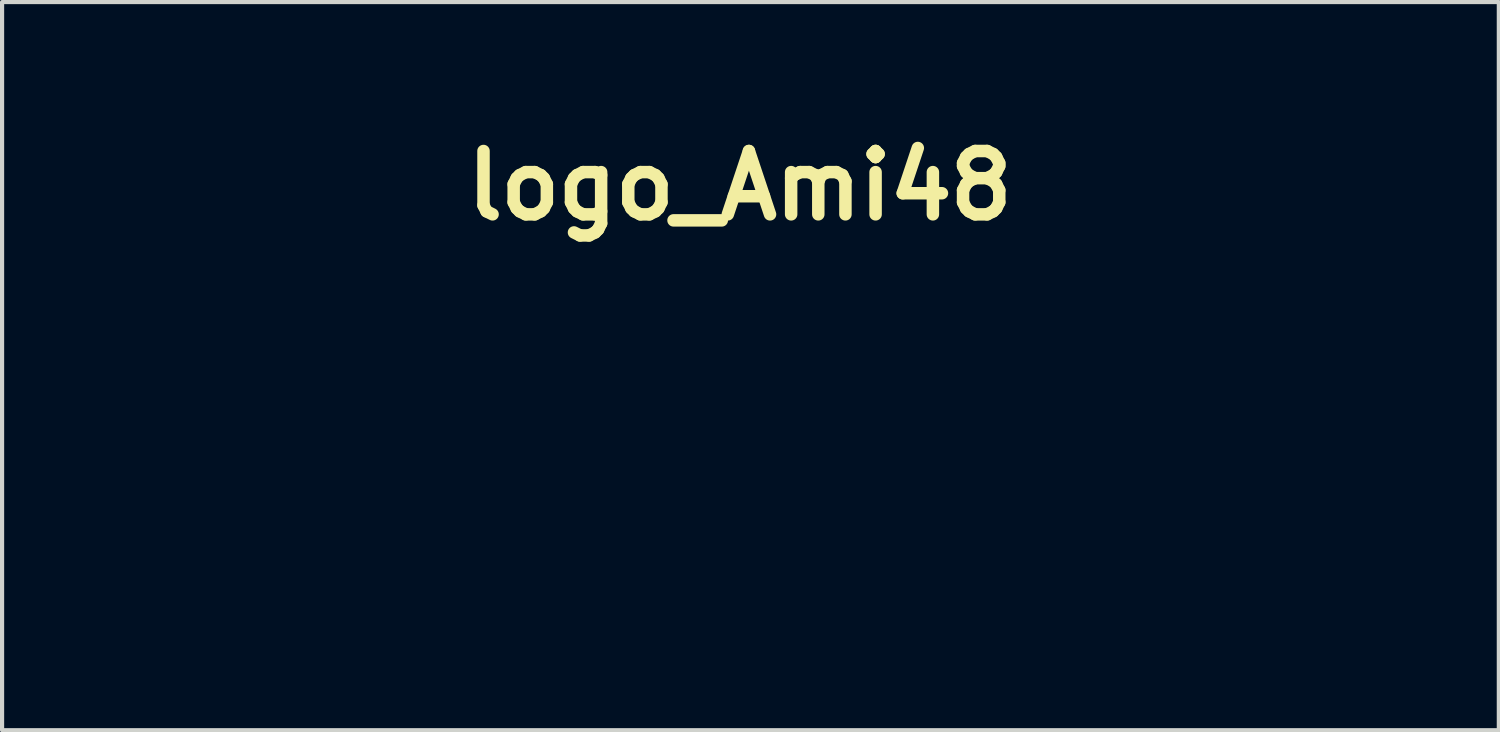
<source format=kicad_pcb>
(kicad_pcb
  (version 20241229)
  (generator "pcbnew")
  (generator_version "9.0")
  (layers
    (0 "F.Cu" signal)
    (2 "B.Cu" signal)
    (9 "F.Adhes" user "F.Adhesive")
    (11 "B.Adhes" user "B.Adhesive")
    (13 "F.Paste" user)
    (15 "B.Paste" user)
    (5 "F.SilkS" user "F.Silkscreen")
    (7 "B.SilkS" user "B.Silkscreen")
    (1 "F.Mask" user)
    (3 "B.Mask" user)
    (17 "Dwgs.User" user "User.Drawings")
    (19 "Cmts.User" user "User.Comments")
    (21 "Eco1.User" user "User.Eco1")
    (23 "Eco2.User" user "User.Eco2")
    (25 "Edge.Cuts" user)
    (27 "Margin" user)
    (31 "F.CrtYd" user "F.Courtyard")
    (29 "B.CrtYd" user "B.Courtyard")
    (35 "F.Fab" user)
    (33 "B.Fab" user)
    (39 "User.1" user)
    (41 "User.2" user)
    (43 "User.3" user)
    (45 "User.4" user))
  (footprint "logo_Ami48"
    (layer "F.Cu")
    (at 15.007 7.768)
    (property "Reference" "logo_Ami48" (at -0.254 -6.35 0) (layer "F.SilkS") (effects (font (size 1.524 1.524) (thickness 0.3))))
    (attr board_only exclude_from_pos_files exclude_from_bom)
    (fp_poly (pts (xy -6.716 1.557) (xy -6.735 1.576) (xy -6.753 1.557) (xy -6.735 1.538)) (stroke (width 0) (type solid)) (fill yes) (layer "F.Mask"))
    (fp_poly (pts (xy -6.716 3.058) (xy -6.735 3.077) (xy -6.753 3.058) (xy -6.735 3.039)) (stroke (width 0) (type solid)) (fill yes) (layer "F.Mask"))
    (fp_poly (pts (xy -6.003 1.557) (xy -6.022 1.576) (xy -6.04 1.557) (xy -6.022 1.538)) (stroke (width 0) (type solid)) (fill yes) (layer "F.Mask"))
    (fp_poly (pts (xy -6.003 3.058) (xy -6.022 3.077) (xy -6.04 3.058) (xy -6.022 3.039)) (stroke (width 0) (type solid)) (fill yes) (layer "F.Mask"))
    (fp_poly (pts (xy -7.103 2.151) (xy -7.109 2.173) (xy -7.129 2.176) (xy -7.159 2.162) (xy -7.154 2.151) (xy -7.109 2.147)) (stroke (width 0) (type solid)) (fill yes) (layer "F.Mask"))
    (fp_poly (pts (xy -5.603 2.151) (xy -5.608 2.173) (xy -5.628 2.176) (xy -5.659 2.162) (xy -5.653 2.151) (xy -5.608 2.147)) (stroke (width 0) (type solid)) (fill yes) (layer "F.Mask"))
    (fp_poly (pts (xy -11.941 -1.261) (xy -11.937 -1.214) (xy -11.981 -1.149) (xy -12.019 -1.132) (xy -12.071 -1.14) (xy -12.075 -1.187) (xy -12.031 -1.252) (xy -11.993 -1.269)) (stroke (width 0) (type solid)) (fill yes) (layer "F.Mask"))
    (fp_poly (pts (xy -9.577 0.315) (xy -9.574 0.362) (xy -9.617 0.427) (xy -9.655 0.444) (xy -9.707 0.436) (xy -9.711 0.388) (xy -9.667 0.324) (xy -9.629 0.307)) (stroke (width 0) (type solid)) (fill yes) (layer "F.Mask"))
    (fp_poly (pts (xy -6.326 -0.512) (xy -6.322 -0.488) (xy -6.353 -0.436) (xy -6.391 -0.419) (xy -6.443 -0.427) (xy -6.447 -0.475) (xy -6.413 -0.529) (xy -6.363 -0.542)) (stroke (width 0) (type solid)) (fill yes) (layer "F.Mask"))
    (fp_poly (pts (xy -3.393 2.875) (xy -3.384 2.926) (xy -3.419 2.977) (xy -3.462 2.994) (xy -3.515 2.981) (xy -3.527 2.929) (xy -3.502 2.865) (xy -3.449 2.851)) (stroke (width 0) (type solid)) (fill yes) (layer "F.Mask"))
    (fp_poly (pts (xy -2.224 2.883) (xy -2.214 2.926) (xy -2.24 2.987) (xy -2.297 3) (xy -2.345 2.964) (xy -2.35 2.901) (xy -2.301 2.857) (xy -2.268 2.851)) (stroke (width 0) (type solid)) (fill yes) (layer "F.Mask"))
    (fp_poly (pts (xy -1.173 -2.837) (xy -1.169 -2.79) (xy -1.213 -2.725) (xy -1.251 -2.708) (xy -1.303 -2.716) (xy -1.307 -2.763) (xy -1.263 -2.828) (xy -1.225 -2.845)) (stroke (width 0) (type solid)) (fill yes) (layer "F.Mask"))
    (fp_poly (pts (xy 6.743 -0.442) (xy 6.774 -0.419) (xy 6.772 -0.413) (xy 6.713 -0.379) (xy 6.624 -0.386) (xy 6.566 -0.413) (xy 6.547 -0.437) (xy 6.592 -0.448) (xy 6.652 -0.45)) (stroke (width 0) (type solid)) (fill yes) (layer "F.Mask"))
    (fp_poly (pts (xy 15.007 3.752) (xy -15.007 3.752) (xy -15.007 3.602) (xy -14.895 3.602) (xy 14.857 3.602) (xy 14.857 -3.639) (xy -14.895 -3.639) (xy -14.895 3.602) (xy -15.007 3.602) (xy -15.007 -3.752) (xy 15.007 -3.752)) (stroke (width 0) (type solid)) (fill yes) (layer "F.Mask"))
    (fp_poly (pts (xy -7.069 -2.959) (xy -7.057 -2.933) (xy -7.069 -2.867) (xy -7.097 -2.771) (xy -7.134 -2.677) (xy -7.171 -2.629) (xy -7.197 -2.635) (xy -7.204 -2.678) (xy -7.192 -2.794) (xy -7.163 -2.895) (xy -7.124 -2.956) (xy -7.105 -2.964)) (stroke (width 0) (type solid)) (fill yes) (layer "F.Mask"))
    (fp_poly (pts (xy -2.848 2.859) (xy -2.688 2.867) (xy -2.591 2.881) (xy -2.543 2.901) (xy -2.532 2.926) (xy -2.547 2.955) (xy -2.6 2.974) (xy -2.704 2.986) (xy -2.858 2.994) (xy -3.043 2.994) (xy -3.161 2.983) (xy -3.209 2.962) (xy -3.218 2.91) (xy -3.168 2.876) (xy -3.053 2.859) (xy -2.869 2.859)) (stroke (width 0) (type solid)) (fill yes) (layer "F.Mask"))
    (fp_poly (pts (xy 8.627 2.006) (xy 8.658 2.058) (xy 8.691 2.165) (xy 8.723 2.307) (xy 8.75 2.466) (xy 8.768 2.621) (xy 8.773 2.754) (xy 8.772 2.779) (xy 8.76 2.983) (xy 8.71 2.764) (xy 8.68 2.62) (xy 8.65 2.451) (xy 8.622 2.283) (xy 8.602 2.138) (xy 8.593 2.04) (xy 8.592 2.033) (xy 8.611 2.001)) (stroke (width 0) (type solid)) (fill yes) (layer "F.Mask"))
    (fp_poly (pts (xy 4.804 -0.647) (xy 4.966 -0.639) (xy 5.14 -0.626) (xy 5.308 -0.608) (xy 5.365 -0.601) (xy 5.455 -0.588) (xy 5.489 -0.579) (xy 5.462 -0.575) (xy 5.37 -0.574) (xy 5.234 -0.574) (xy 5.056 -0.577) (xy 4.883 -0.582) (xy 4.745 -0.588) (xy 4.718 -0.59) (xy 4.614 -0.604) (xy 4.55 -0.623) (xy 4.54 -0.634) (xy 4.574 -0.645) (xy 4.668 -0.65)) (stroke (width 0) (type solid)) (fill yes) (layer "F.Mask"))
    (fp_poly (pts (xy -2.667 1.69) (xy -2.651 1.755) (xy -2.668 1.87) (xy -2.719 2.039) (xy -2.804 2.269) (xy -2.82 2.307) (xy -2.912 2.522) (xy -2.99 2.664) (xy -3.054 2.735) (xy -3.104 2.737) (xy -3.137 2.685) (xy -3.132 2.63) (xy -3.103 2.521) (xy -3.054 2.371) (xy -2.99 2.196) (xy -2.972 2.148) (xy -2.891 1.947) (xy -2.829 1.807) (xy -2.781 1.721) (xy -2.742 1.678) (xy -2.715 1.67)) (stroke (width 0) (type solid)) (fill yes) (layer "F.Mask"))
    (fp_poly (pts (xy -11.98 -1.034) (xy -11.968 -0.999) (xy -11.975 -0.935) (xy -11.992 -0.827) (xy -12.006 -0.749) (xy -12.025 -0.618) (xy -12.019 -0.545) (xy -12.001 -0.523) (xy -11.978 -0.474) (xy -11.985 -0.454) (xy -12.036 -0.419) (xy -12.103 -0.416) (xy -12.151 -0.444) (xy -12.156 -0.464) (xy -12.149 -0.528) (xy -12.132 -0.637) (xy -12.118 -0.715) (xy -12.099 -0.841) (xy -12.104 -0.913) (xy -12.127 -0.945) (xy -12.153 -0.979) (xy -12.118 -1.012) (xy -12.035 -1.047)) (stroke (width 0) (type solid)) (fill yes) (layer "F.Mask"))
    (fp_poly (pts (xy -9.617 0.542) (xy -9.605 0.576) (xy -9.611 0.64) (xy -9.628 0.749) (xy -9.643 0.827) (xy -9.661 0.958) (xy -9.655 1.031) (xy -9.638 1.053) (xy -9.614 1.102) (xy -9.621 1.121) (xy -9.673 1.157) (xy -9.74 1.159) (xy -9.787 1.132) (xy -9.792 1.112) (xy -9.786 1.048) (xy -9.769 0.939) (xy -9.754 0.861) (xy -9.736 0.735) (xy -9.74 0.663) (xy -9.764 0.631) (xy -9.789 0.597) (xy -9.755 0.563) (xy -9.672 0.529)) (stroke (width 0) (type solid)) (fill yes) (layer "F.Mask"))
    (fp_poly (pts (xy -1.212 -2.609) (xy -1.201 -2.575) (xy -1.207 -2.511) (xy -1.224 -2.402) (xy -1.238 -2.324) (xy -1.257 -2.194) (xy -1.251 -2.121) (xy -1.234 -2.098) (xy -1.21 -2.05) (xy -1.217 -2.03) (xy -1.268 -1.995) (xy -1.336 -1.992) (xy -1.383 -2.02) (xy -1.388 -2.04) (xy -1.382 -2.104) (xy -1.364 -2.212) (xy -1.35 -2.29) (xy -1.331 -2.417) (xy -1.336 -2.488) (xy -1.36 -2.521) (xy -1.385 -2.555) (xy -1.351 -2.588) (xy -1.268 -2.623)) (stroke (width 0) (type solid)) (fill yes) (layer "F.Mask"))
    (fp_poly (pts (xy -9.927 0.158) (xy -9.911 0.188) (xy -9.91 0.253) (xy -9.922 0.364) (xy -9.949 0.532) (xy -9.964 0.618) (xy -9.989 0.778) (xy -10.004 0.918) (xy -10.009 1.016) (xy -10.007 1.038) (xy -10.015 1.115) (xy -10.045 1.142) (xy -10.126 1.161) (xy -10.155 1.13) (xy -10.15 1.079) (xy -10.112 0.891) (xy -10.081 0.705) (xy -10.058 0.536) (xy -10.046 0.399) (xy -10.047 0.31) (xy -10.055 0.286) (xy -10.066 0.233) (xy -10.029 0.178) (xy -9.964 0.15) (xy -9.957 0.15)) (stroke (width 0) (type solid)) (fill yes) (layer "F.Mask"))
    (fp_poly (pts (xy -11.769 0.767) (xy -11.765 0.772) (xy -11.711 0.87) (xy -11.729 0.978) (xy -11.798 1.071) (xy -11.911 1.146) (xy -12.026 1.156) (xy -12.126 1.1) (xy -12.131 1.094) (xy -12.171 1.025) (xy -12.069 1.025) (xy -12.025 1.081) (xy -11.95 1.08) (xy -11.877 1.029) (xy -11.829 0.948) (xy -11.822 0.863) (xy -11.856 0.806) (xy -11.934 0.796) (xy -12.013 0.838) (xy -12.064 0.914) (xy -12.066 0.92) (xy -12.069 1.025) (xy -12.171 1.025) (xy -12.187 0.996) (xy -12.171 0.896) (xy -12.101 0.805) (xy -11.989 0.731) (xy -11.871 0.718)) (stroke (width 0) (type solid)) (fill yes) (layer "F.Mask"))
    (fp_poly (pts (xy -12.985 -2.575) (xy -12.981 -2.547) (xy -12.997 -2.489) (xy -13.056 -2.487) (xy -13.059 -2.488) (xy -13.134 -2.472) (xy -13.206 -2.395) (xy -13.264 -2.269) (xy -13.296 -2.136) (xy -13.327 -2.028) (xy -13.375 -1.989) (xy -13.38 -1.988) (xy -13.42 -2.004) (xy -13.425 -2.061) (xy -13.417 -2.11) (xy -13.382 -2.295) (xy -13.365 -2.418) (xy -13.366 -2.487) (xy -13.383 -2.513) (xy -13.389 -2.514) (xy -13.429 -2.533) (xy -13.416 -2.573) (xy -13.367 -2.606) (xy -13.291 -2.6) (xy -13.259 -2.572) (xy -13.219 -2.532) (xy -13.18 -2.558) (xy -13.169 -2.57) (xy -13.098 -2.62) (xy -13.028 -2.621)) (stroke (width 0) (type solid)) (fill yes) (layer "F.Mask"))
    (fp_poly (pts (xy -10.659 2.152) (xy -10.655 2.18) (xy -10.671 2.239) (xy -10.73 2.24) (xy -10.733 2.24) (xy -10.808 2.255) (xy -10.88 2.333) (xy -10.938 2.458) (xy -10.97 2.592) (xy -11.001 2.699) (xy -11.048 2.739) (xy -11.054 2.739) (xy -11.094 2.724) (xy -11.099 2.666) (xy -11.09 2.617) (xy -11.056 2.432) (xy -11.039 2.31) (xy -11.039 2.24) (xy -11.057 2.214) (xy -11.063 2.214) (xy -11.103 2.195) (xy -11.09 2.154) (xy -11.041 2.122) (xy -10.964 2.127) (xy -10.933 2.156) (xy -10.893 2.195) (xy -10.853 2.17) (xy -10.843 2.158) (xy -10.772 2.107) (xy -10.702 2.106)) (stroke (width 0) (type solid)) (fill yes) (layer "F.Mask"))
    (fp_poly (pts (xy -9.008 -0.999) (xy -9.004 -0.971) (xy -9.02 -0.913) (xy -9.079 -0.911) (xy -9.082 -0.912) (xy -9.157 -0.896) (xy -9.229 -0.819) (xy -9.287 -0.693) (xy -9.319 -0.56) (xy -9.35 -0.452) (xy -9.398 -0.413) (xy -9.404 -0.413) (xy -9.443 -0.428) (xy -9.448 -0.485) (xy -9.44 -0.535) (xy -9.405 -0.72) (xy -9.388 -0.842) (xy -9.389 -0.911) (xy -9.406 -0.937) (xy -9.412 -0.938) (xy -9.452 -0.957) (xy -9.44 -0.997) (xy -9.39 -1.03) (xy -9.314 -1.024) (xy -9.282 -0.996) (xy -9.242 -0.957) (xy -9.203 -0.982) (xy -9.192 -0.994) (xy -9.121 -1.044) (xy -9.051 -1.045)) (stroke (width 0) (type solid)) (fill yes) (layer "F.Mask"))
    (fp_poly (pts (xy -4.806 -2.575) (xy -4.802 -2.547) (xy -4.818 -2.489) (xy -4.877 -2.487) (xy -4.88 -2.488) (xy -4.955 -2.472) (xy -5.027 -2.395) (xy -5.085 -2.269) (xy -5.117 -2.136) (xy -5.148 -2.028) (xy -5.196 -1.989) (xy -5.201 -1.988) (xy -5.241 -2.004) (xy -5.246 -2.061) (xy -5.238 -2.11) (xy -5.203 -2.295) (xy -5.186 -2.418) (xy -5.186 -2.487) (xy -5.204 -2.513) (xy -5.21 -2.514) (xy -5.25 -2.533) (xy -5.237 -2.573) (xy -5.188 -2.606) (xy -5.112 -2.6) (xy -5.08 -2.572) (xy -5.04 -2.532) (xy -5.001 -2.558) (xy -4.99 -2.57) (xy -4.919 -2.62) (xy -4.849 -2.621)) (stroke (width 0) (type solid)) (fill yes) (layer "F.Mask"))
    (fp_poly (pts (xy 0.109 0.577) (xy 0.113 0.605) (xy 0.097 0.663) (xy 0.038 0.665) (xy 0.035 0.664) (xy -0.04 0.68) (xy -0.112 0.757) (xy -0.17 0.883) (xy -0.202 1.016) (xy -0.233 1.124) (xy -0.281 1.163) (xy -0.287 1.163) (xy -0.326 1.148) (xy -0.331 1.09) (xy -0.323 1.041) (xy -0.288 0.856) (xy -0.271 0.734) (xy -0.272 0.665) (xy -0.289 0.639) (xy -0.295 0.638) (xy -0.335 0.619) (xy -0.323 0.579) (xy -0.273 0.546) (xy -0.197 0.552) (xy -0.165 0.58) (xy -0.125 0.619) (xy -0.086 0.594) (xy -0.075 0.582) (xy -0.004 0.531) (xy 0.066 0.531)) (stroke (width 0) (type solid)) (fill yes) (layer "F.Mask"))
    (fp_poly (pts (xy -9.01 0.55) (xy -8.942 0.613) (xy -8.929 0.664) (xy -8.952 0.708) (xy -9.005 0.701) (xy -9.059 0.652) (xy -9.125 0.606) (xy -9.198 0.622) (xy -9.266 0.687) (xy -9.318 0.789) (xy -9.342 0.917) (xy -9.342 0.939) (xy -9.326 1.026) (xy -9.267 1.068) (xy -9.252 1.072) (xy -9.15 1.074) (xy -9.085 1.054) (xy -9.003 1.018) (xy -8.977 1.024) (xy -9.012 1.068) (xy -9.037 1.089) (xy -9.144 1.145) (xy -9.265 1.162) (xy -9.365 1.134) (xy -9.413 1.082) (xy -9.451 1.021) (xy -9.476 0.902) (xy -9.443 0.774) (xy -9.368 0.655) (xy -9.261 0.566) (xy -9.138 0.526) (xy -9.119 0.525)) (stroke (width 0) (type solid)) (fill yes) (layer "F.Mask"))
    (fp_poly (pts (xy -2.069 -2.602) (xy -2.001 -2.538) (xy -1.988 -2.487) (xy -2.011 -2.444) (xy -2.064 -2.45) (xy -2.119 -2.5) (xy -2.184 -2.545) (xy -2.257 -2.53) (xy -2.325 -2.465) (xy -2.377 -2.363) (xy -2.401 -2.234) (xy -2.401 -2.213) (xy -2.385 -2.126) (xy -2.326 -2.084) (xy -2.311 -2.08) (xy -2.209 -2.078) (xy -2.145 -2.098) (xy -2.063 -2.134) (xy -2.037 -2.128) (xy -2.071 -2.084) (xy -2.096 -2.062) (xy -2.203 -2.006) (xy -2.324 -1.99) (xy -2.424 -2.017) (xy -2.472 -2.07) (xy -2.51 -2.131) (xy -2.535 -2.25) (xy -2.502 -2.378) (xy -2.427 -2.496) (xy -2.32 -2.585) (xy -2.197 -2.626) (xy -2.179 -2.626)) (stroke (width 0) (type solid)) (fill yes) (layer "F.Mask"))
    (fp_poly (pts (xy -13.055 2.112) (xy -12.955 2.169) (xy -12.888 2.271) (xy -12.869 2.386) (xy -12.902 2.526) (xy -12.99 2.638) (xy -13.113 2.713) (xy -13.253 2.739) (xy -13.391 2.705) (xy -13.406 2.697) (xy -13.491 2.608) (xy -13.52 2.483) (xy -13.517 2.467) (xy -13.394 2.467) (xy -13.369 2.587) (xy -13.302 2.652) (xy -13.208 2.656) (xy -13.1 2.596) (xy -13.073 2.572) (xy -13.01 2.482) (xy -12.981 2.39) (xy -12.981 2.387) (xy -13.009 2.284) (xy -13.076 2.205) (xy -13.155 2.176) (xy -13.235 2.208) (xy -13.316 2.286) (xy -13.376 2.386) (xy -13.394 2.467) (xy -13.517 2.467) (xy -13.492 2.348) (xy -13.408 2.217) (xy -13.297 2.135) (xy -13.175 2.1)) (stroke (width 0) (type solid)) (fill yes) (layer "F.Mask"))
    (fp_poly (pts (xy -11.742 -2.616) (xy -11.641 -2.558) (xy -11.575 -2.456) (xy -11.556 -2.341) (xy -11.589 -2.202) (xy -11.677 -2.089) (xy -11.8 -2.015) (xy -11.94 -1.989) (xy -12.078 -2.022) (xy -12.092 -2.03) (xy -12.178 -2.119) (xy -12.207 -2.245) (xy -12.204 -2.26) (xy -12.081 -2.26) (xy -12.056 -2.14) (xy -11.989 -2.076) (xy -11.895 -2.071) (xy -11.787 -2.131) (xy -11.76 -2.156) (xy -11.696 -2.246) (xy -11.668 -2.337) (xy -11.668 -2.341) (xy -11.695 -2.443) (xy -11.762 -2.522) (xy -11.841 -2.551) (xy -11.922 -2.519) (xy -12.003 -2.441) (xy -12.062 -2.341) (xy -12.081 -2.26) (xy -12.204 -2.26) (xy -12.178 -2.379) (xy -12.095 -2.51) (xy -11.984 -2.593) (xy -11.861 -2.627)) (stroke (width 0) (type solid)) (fill yes) (layer "F.Mask"))
    (fp_poly (pts (xy -7.765 -1.02) (xy -7.737 -0.939) (xy -7.739 -0.827) (xy -7.769 -0.702) (xy -7.825 -0.581) (xy -7.865 -0.526) (xy -7.959 -0.449) (xy -8.065 -0.412) (xy -8.158 -0.421) (xy -8.205 -0.46) (xy -8.22 -0.519) (xy -8.231 -0.629) (xy -8.235 -0.76) (xy -8.232 -0.899) (xy -8.22 -0.981) (xy -8.194 -1.022) (xy -8.167 -1.036) (xy -8.11 -1.047) (xy -8.082 -1.026) (xy -8.078 -0.961) (xy -8.095 -0.84) (xy -8.103 -0.791) (xy -8.122 -0.665) (xy -8.128 -0.567) (xy -8.122 -0.525) (xy -8.066 -0.489) (xy -7.989 -0.518) (xy -7.915 -0.591) (xy -7.864 -0.674) (xy -7.847 -0.765) (xy -7.855 -0.872) (xy -7.862 -0.985) (xy -7.85 -1.039) (xy -7.823 -1.051)) (stroke (width 0) (type solid)) (fill yes) (layer "F.Mask"))
    (fp_poly (pts (xy -4.314 -2.616) (xy -4.213 -2.558) (xy -4.146 -2.456) (xy -4.127 -2.341) (xy -4.16 -2.202) (xy -4.248 -2.089) (xy -4.371 -2.015) (xy -4.511 -1.989) (xy -4.649 -2.022) (xy -4.664 -2.03) (xy -4.749 -2.119) (xy -4.778 -2.245) (xy -4.775 -2.26) (xy -4.652 -2.26) (xy -4.627 -2.14) (xy -4.561 -2.076) (xy -4.466 -2.071) (xy -4.358 -2.131) (xy -4.332 -2.156) (xy -4.268 -2.246) (xy -4.24 -2.337) (xy -4.24 -2.341) (xy -4.267 -2.443) (xy -4.334 -2.522) (xy -4.413 -2.551) (xy -4.494 -2.519) (xy -4.574 -2.441) (xy -4.634 -2.341) (xy -4.652 -2.26) (xy -4.775 -2.26) (xy -4.75 -2.379) (xy -4.666 -2.51) (xy -4.555 -2.593) (xy -4.433 -2.627)) (stroke (width 0) (type solid)) (fill yes) (layer "F.Mask"))
    (fp_poly (pts (xy -1.312 0.536) (xy -1.211 0.593) (xy -1.144 0.695) (xy -1.126 0.81) (xy -1.159 0.95) (xy -1.247 1.062) (xy -1.37 1.137) (xy -1.51 1.163) (xy -1.648 1.129) (xy -1.662 1.121) (xy -1.748 1.032) (xy -1.777 0.907) (xy -1.774 0.891) (xy -1.651 0.891) (xy -1.626 1.011) (xy -1.559 1.076) (xy -1.465 1.08) (xy -1.357 1.02) (xy -1.33 0.996) (xy -1.266 0.906) (xy -1.238 0.815) (xy -1.238 0.811) (xy -1.265 0.708) (xy -1.332 0.629) (xy -1.411 0.6) (xy -1.492 0.632) (xy -1.573 0.711) (xy -1.632 0.81) (xy -1.651 0.891) (xy -1.774 0.891) (xy -1.748 0.772) (xy -1.665 0.641) (xy -1.554 0.559) (xy -1.431 0.524)) (stroke (width 0) (type solid)) (fill yes) (layer "F.Mask"))
    (fp_poly (pts (xy -0.637 -2.616) (xy -0.536 -2.558) (xy -0.469 -2.456) (xy -0.45 -2.341) (xy -0.484 -2.202) (xy -0.571 -2.089) (xy -0.694 -2.015) (xy -0.834 -1.989) (xy -0.972 -2.022) (xy -0.987 -2.03) (xy -1.072 -2.119) (xy -1.102 -2.245) (xy -1.098 -2.26) (xy -0.975 -2.26) (xy -0.95 -2.14) (xy -0.884 -2.076) (xy -0.79 -2.071) (xy -0.681 -2.131) (xy -0.655 -2.156) (xy -0.591 -2.246) (xy -0.563 -2.337) (xy -0.563 -2.341) (xy -0.59 -2.443) (xy -0.657 -2.522) (xy -0.736 -2.551) (xy -0.817 -2.519) (xy -0.897 -2.441) (xy -0.957 -2.341) (xy -0.975 -2.26) (xy -1.098 -2.26) (xy -1.073 -2.379) (xy -0.989 -2.51) (xy -0.879 -2.593) (xy -0.756 -2.627)) (stroke (width 0) (type solid)) (fill yes) (layer "F.Mask"))
    (fp_poly (pts (xy -6.687 -2.57) (xy -6.665 -2.544) (xy -6.642 -2.476) (xy -6.669 -2.451) (xy -6.732 -2.477) (xy -6.752 -2.494) (xy -6.827 -2.536) (xy -6.883 -2.538) (xy -6.937 -2.493) (xy -6.925 -2.431) (xy -6.854 -2.365) (xy -6.8 -2.336) (xy -6.694 -2.266) (xy -6.648 -2.189) (xy -6.668 -2.102) (xy -6.742 -2.036) (xy -6.848 -1.998) (xy -6.966 -1.996) (xy -7.063 -2.029) (xy -7.115 -2.082) (xy -7.126 -2.14) (xy -7.092 -2.174) (xy -7.077 -2.176) (xy -7.011 -2.15) (xy -6.978 -2.12) (xy -6.901 -2.068) (xy -6.822 -2.088) (xy -6.796 -2.114) (xy -6.783 -2.155) (xy -6.822 -2.204) (xy -6.894 -2.255) (xy -7.005 -2.35) (xy -7.044 -2.446) (xy -7.01 -2.538) (xy -6.983 -2.566) (xy -6.887 -2.613) (xy -6.777 -2.614)) (stroke (width 0) (type solid)) (fill yes) (layer "F.Mask"))
    (fp_poly (pts (xy -1.646 -2.801) (xy -1.639 -2.735) (xy -1.642 -2.72) (xy -1.642 -2.647) (xy -1.599 -2.626) (xy -1.599 -2.626) (xy -1.546 -2.607) (xy -1.538 -2.589) (xy -1.569 -2.558) (xy -1.608 -2.551) (xy -1.655 -2.534) (xy -1.685 -2.472) (xy -1.702 -2.377) (xy -1.72 -2.235) (xy -1.723 -2.153) (xy -1.707 -2.118) (xy -1.669 -2.115) (xy -1.632 -2.123) (xy -1.556 -2.134) (xy -1.546 -2.116) (xy -1.599 -2.074) (xy -1.649 -2.046) (xy -1.773 -1.995) (xy -1.847 -1.995) (xy -1.868 -2.047) (xy -1.863 -2.073) (xy -1.846 -2.159) (xy -1.827 -2.284) (xy -1.817 -2.354) (xy -1.806 -2.473) (xy -1.813 -2.534) (xy -1.842 -2.552) (xy -1.843 -2.552) (xy -1.861 -2.57) (xy -1.816 -2.618) (xy -1.747 -2.691) (xy -1.714 -2.748) (xy -1.677 -2.808)) (stroke (width 0) (type solid)) (fill yes) (layer "F.Mask"))
    (fp_poly (pts (xy 12.895 -1.248) (xy 12.991 -1.157) (xy 13.036 -1.086) (xy 13.04 -1.023) (xy 13.008 -0.933) (xy 12.954 -0.841) (xy 12.873 -0.743) (xy 12.785 -0.659) (xy 12.708 -0.607) (xy 12.681 -0.6) (xy 12.62 -0.588) (xy 12.6 -0.582) (xy 12.532 -0.584) (xy 12.456 -0.611) (xy 12.388 -0.666) (xy 12.356 -0.758) (xy 12.35 -0.808) (xy 12.36 -0.928) (xy 12.581 -0.928) (xy 12.585 -0.838) (xy 12.635 -0.793) (xy 12.72 -0.796) (xy 12.818 -0.84) (xy 12.881 -0.893) (xy 12.957 -1) (xy 12.978 -1.095) (xy 12.942 -1.163) (xy 12.905 -1.182) (xy 12.807 -1.178) (xy 12.709 -1.121) (xy 12.627 -1.031) (xy 12.581 -0.928) (xy 12.36 -0.928) (xy 12.363 -0.974) (xy 12.425 -1.113) (xy 12.522 -1.217) (xy 12.642 -1.278) (xy 12.77 -1.291)) (stroke (width 0) (type solid)) (fill yes) (layer "F.Mask"))
    (fp_poly (pts (xy -3.053 1.696) (xy -3.051 1.698) (xy -3.031 1.732) (xy -3.031 1.789) (xy -3.053 1.881) (xy -3.1 2.023) (xy -3.128 2.103) (xy -3.21 2.329) (xy -3.272 2.495) (xy -3.32 2.609) (xy -3.359 2.68) (xy -3.393 2.72) (xy -3.428 2.736) (xy -3.464 2.739) (xy -3.55 2.721) (xy -3.593 2.692) (xy -3.619 2.64) (xy -3.665 2.533) (xy -3.723 2.385) (xy -3.787 2.213) (xy -3.791 2.202) (xy -3.857 2.017) (xy -3.899 1.889) (xy -3.919 1.804) (xy -3.921 1.751) (xy -3.906 1.716) (xy -3.891 1.699) (xy -3.841 1.665) (xy -3.795 1.674) (xy -3.747 1.734) (xy -3.693 1.85) (xy -3.627 2.029) (xy -3.601 2.109) (xy -3.475 2.494) (xy -3.343 2.092) (xy -3.272 1.89) (xy -3.212 1.755) (xy -3.158 1.682) (xy -3.107 1.664)) (stroke (width 0) (type solid)) (fill yes) (layer "F.Mask"))
    (fp_poly (pts (xy -12.943 0.226) (xy -12.866 0.306) (xy -12.826 0.433) (xy -12.821 0.588) (xy -12.847 0.755) (xy -12.903 0.915) (xy -12.988 1.05) (xy -13.054 1.115) (xy -13.169 1.161) (xy -13.297 1.151) (xy -13.408 1.088) (xy -13.429 1.064) (xy -13.489 0.934) (xy -13.5 0.813) (xy -13.38 0.813) (xy -13.371 0.944) (xy -13.329 1.038) (xy -13.305 1.059) (xy -13.215 1.085) (xy -13.124 1.041) (xy -13.096 1.015) (xy -13.023 0.909) (xy -12.974 0.774) (xy -12.949 0.628) (xy -12.95 0.487) (xy -12.976 0.368) (xy -13.028 0.287) (xy -13.093 0.263) (xy -13.177 0.297) (xy -13.254 0.388) (xy -13.316 0.516) (xy -13.36 0.664) (xy -13.38 0.813) (xy -13.5 0.813) (xy -13.505 0.765) (xy -13.477 0.581) (xy -13.435 0.465) (xy -13.336 0.309) (xy -13.214 0.215) (xy -13.077 0.187)) (stroke (width 0) (type solid)) (fill yes) (layer "F.Mask"))
    (fp_poly (pts (xy -6.762 -1.409) (xy -6.76 -1.367) (xy -6.768 -1.267) (xy -6.786 -1.125) (xy -6.805 -0.998) (xy -6.836 -0.795) (xy -6.855 -0.654) (xy -6.861 -0.565) (xy -6.855 -0.515) (xy -6.835 -0.493) (xy -6.802 -0.488) (xy -6.791 -0.488) (xy -6.73 -0.472) (xy -6.716 -0.45) (xy -6.75 -0.431) (xy -6.842 -0.417) (xy -6.96 -0.413) (xy -7.084 -0.418) (xy -7.172 -0.43) (xy -7.204 -0.448) (xy -7.172 -0.479) (xy -7.119 -0.495) (xy -7.063 -0.524) (xy -7.017 -0.602) (xy -6.978 -0.734) (xy -6.942 -0.931) (xy -6.927 -1.041) (xy -6.914 -1.155) (xy -6.918 -1.214) (xy -6.945 -1.235) (xy -6.996 -1.238) (xy -7.067 -1.251) (xy -7.091 -1.276) (xy -7.061 -1.311) (xy -7.044 -1.313) (xy -6.98 -1.33) (xy -6.89 -1.369) (xy -6.888 -1.37) (xy -6.809 -1.404) (xy -6.763 -1.41)) (stroke (width 0) (type solid)) (fill yes) (layer "F.Mask"))
    (fp_poly (pts (xy -5.477 -1.35) (xy -5.4 -1.27) (xy -5.36 -1.143) (xy -5.355 -0.987) (xy -5.381 -0.821) (xy -5.437 -0.661) (xy -5.521 -0.525) (xy -5.587 -0.461) (xy -5.703 -0.414) (xy -5.831 -0.425) (xy -5.942 -0.488) (xy -5.963 -0.512) (xy -6.023 -0.642) (xy -6.034 -0.763) (xy -5.913 -0.763) (xy -5.905 -0.632) (xy -5.863 -0.538) (xy -5.838 -0.516) (xy -5.749 -0.491) (xy -5.658 -0.535) (xy -5.63 -0.56) (xy -5.556 -0.667) (xy -5.507 -0.801) (xy -5.483 -0.948) (xy -5.484 -1.089) (xy -5.51 -1.208) (xy -5.561 -1.288) (xy -5.626 -1.313) (xy -5.711 -1.279) (xy -5.787 -1.188) (xy -5.85 -1.059) (xy -5.893 -0.912) (xy -5.913 -0.763) (xy -6.034 -0.763) (xy -6.039 -0.811) (xy -6.011 -0.994) (xy -5.969 -1.111) (xy -5.87 -1.267) (xy -5.747 -1.361) (xy -5.611 -1.389)) (stroke (width 0) (type solid)) (fill yes) (layer "F.Mask"))
    (fp_poly (pts (xy -12.74 -2.608) (xy -12.737 -2.535) (xy -12.753 -2.4) (xy -12.759 -2.365) (xy -12.777 -2.207) (xy -12.768 -2.112) (xy -12.728 -2.072) (xy -12.654 -2.079) (xy -12.653 -2.079) (xy -12.587 -2.133) (xy -12.521 -2.243) (xy -12.465 -2.389) (xy -12.436 -2.504) (xy -12.403 -2.594) (xy -12.355 -2.626) (xy -12.316 -2.606) (xy -12.32 -2.537) (xy -12.321 -2.532) (xy -12.358 -2.36) (xy -12.373 -2.223) (xy -12.367 -2.132) (xy -12.341 -2.101) (xy -12.317 -2.087) (xy -12.354 -2.038) (xy -12.357 -2.035) (xy -12.41 -1.991) (xy -12.445 -2.002) (xy -12.472 -2.036) (xy -12.516 -2.08) (xy -12.554 -2.062) (xy -12.568 -2.045) (xy -12.645 -1.999) (xy -12.743 -1.991) (xy -12.83 -2.019) (xy -12.863 -2.054) (xy -12.884 -2.139) (xy -12.89 -2.261) (xy -12.881 -2.393) (xy -12.861 -2.512) (xy -12.831 -2.591) (xy -12.817 -2.606) (xy -12.766 -2.628)) (stroke (width 0) (type solid)) (fill yes) (layer "F.Mask"))
    (fp_poly (pts (xy -3.061 -2.608) (xy -3.057 -2.535) (xy -3.074 -2.4) (xy -3.079 -2.365) (xy -3.097 -2.207) (xy -3.088 -2.112) (xy -3.048 -2.072) (xy -2.975 -2.079) (xy -2.973 -2.079) (xy -2.907 -2.133) (xy -2.842 -2.243) (xy -2.785 -2.389) (xy -2.757 -2.504) (xy -2.723 -2.594) (xy -2.676 -2.626) (xy -2.636 -2.606) (xy -2.641 -2.537) (xy -2.642 -2.532) (xy -2.678 -2.36) (xy -2.693 -2.223) (xy -2.687 -2.132) (xy -2.661 -2.101) (xy -2.637 -2.087) (xy -2.674 -2.038) (xy -2.677 -2.035) (xy -2.73 -1.991) (xy -2.765 -2.002) (xy -2.792 -2.036) (xy -2.836 -2.08) (xy -2.874 -2.062) (xy -2.889 -2.045) (xy -2.965 -1.999) (xy -3.063 -1.991) (xy -3.15 -2.019) (xy -3.183 -2.054) (xy -3.205 -2.139) (xy -3.21 -2.261) (xy -3.202 -2.393) (xy -3.181 -2.512) (xy -3.152 -2.591) (xy -3.137 -2.606) (xy -3.087 -2.628)) (stroke (width 0) (type solid)) (fill yes) (layer "F.Mask"))
    (fp_poly (pts (xy -6.213 0.208) (xy -6.105 0.263) (xy -6.046 0.34) (xy -6.04 0.375) (xy -6.059 0.452) (xy -6.101 0.465) (xy -6.146 0.412) (xy -6.151 0.4) (xy -6.218 0.311) (xy -6.322 0.271) (xy -6.444 0.278) (xy -6.566 0.329) (xy -6.672 0.421) (xy -6.718 0.492) (xy -6.778 0.661) (xy -6.784 0.817) (xy -6.743 0.946) (xy -6.66 1.038) (xy -6.54 1.078) (xy -6.461 1.075) (xy -6.335 1.037) (xy -6.222 0.977) (xy -6.22 0.975) (xy -6.149 0.929) (xy -6.12 0.93) (xy -6.116 0.956) (xy -6.149 1.023) (xy -6.236 1.086) (xy -6.356 1.136) (xy -6.486 1.162) (xy -6.518 1.163) (xy -6.654 1.146) (xy -6.766 1.082) (xy -6.797 1.056) (xy -6.872 0.978) (xy -6.908 0.899) (xy -6.918 0.786) (xy -6.918 0.762) (xy -6.885 0.554) (xy -6.793 0.385) (xy -6.651 0.263) (xy -6.465 0.197) (xy -6.353 0.188)) (stroke (width 0) (type solid)) (fill yes) (layer "F.Mask"))
    (fp_poly (pts (xy -10.888 -2.607) (xy -10.854 -2.579) (xy -10.839 -2.52) (xy -10.828 -2.41) (xy -10.824 -2.279) (xy -10.827 -2.14) (xy -10.84 -2.058) (xy -10.866 -2.017) (xy -10.893 -2.003) (xy -10.957 -1.992) (xy -10.976 -1.997) (xy -10.978 -2.039) (xy -10.968 -2.133) (xy -10.95 -2.247) (xy -10.93 -2.406) (xy -10.94 -2.502) (xy -10.983 -2.543) (xy -11.061 -2.535) (xy -11.065 -2.534) (xy -11.151 -2.469) (xy -11.223 -2.344) (xy -11.273 -2.171) (xy -11.278 -2.142) (xy -11.306 -2.038) (xy -11.346 -1.99) (xy -11.354 -1.988) (xy -11.401 -2.006) (xy -11.406 -2.019) (xy -11.399 -2.07) (xy -11.383 -2.171) (xy -11.365 -2.268) (xy -11.345 -2.405) (xy -11.348 -2.483) (xy -11.367 -2.513) (xy -11.382 -2.551) (xy -11.347 -2.591) (xy -11.292 -2.622) (xy -11.247 -2.59) (xy -11.238 -2.578) (xy -11.195 -2.534) (xy -11.157 -2.554) (xy -11.143 -2.57) (xy -11.072 -2.612) (xy -10.975 -2.625)) (stroke (width 0) (type solid)) (fill yes) (layer "F.Mask"))
    (fp_poly (pts (xy -9.609 -2.957) (xy -9.571 -2.935) (xy -9.6 -2.892) (xy -9.622 -2.874) (xy -9.651 -2.821) (xy -9.684 -2.714) (xy -9.717 -2.573) (xy -9.746 -2.421) (xy -9.768 -2.277) (xy -9.777 -2.162) (xy -9.771 -2.098) (xy -9.77 -2.095) (xy -9.72 -2.076) (xy -9.621 -2.073) (xy -9.495 -2.083) (xy -9.366 -2.107) (xy -9.317 -2.121) (xy -9.257 -2.13) (xy -9.25 -2.091) (xy -9.255 -2.067) (xy -9.27 -2.031) (xy -9.301 -2.008) (xy -9.362 -1.995) (xy -9.469 -1.99) (xy -9.635 -1.988) (xy -9.651 -1.988) (xy -9.821 -1.989) (xy -9.926 -1.994) (xy -9.98 -2.004) (xy -9.993 -2.021) (xy -9.976 -2.049) (xy -9.975 -2.05) (xy -9.945 -2.114) (xy -9.913 -2.228) (xy -9.881 -2.372) (xy -9.853 -2.526) (xy -9.833 -2.672) (xy -9.824 -2.79) (xy -9.829 -2.86) (xy -9.834 -2.868) (xy -9.865 -2.922) (xy -9.832 -2.953) (xy -9.729 -2.964) (xy -9.717 -2.964)) (stroke (width 0) (type solid)) (fill yes) (layer "F.Mask"))
    (fp_poly (pts (xy -8.558 1.76) (xy -8.561 1.848) (xy -8.571 1.96) (xy -8.582 2.086) (xy -8.581 2.149) (xy -8.564 2.16) (xy -8.549 2.148) (xy -8.456 2.1) (xy -8.353 2.11) (xy -8.259 2.168) (xy -8.196 2.262) (xy -8.179 2.351) (xy -8.211 2.516) (xy -8.301 2.638) (xy -8.442 2.712) (xy -8.621 2.731) (xy -8.803 2.723) (xy -8.764 2.497) (xy -8.667 2.497) (xy -8.641 2.589) (xy -8.58 2.652) (xy -8.536 2.664) (xy -8.477 2.644) (xy -8.415 2.607) (xy -8.344 2.525) (xy -8.309 2.42) (xy -8.311 2.313) (xy -8.347 2.226) (xy -8.416 2.179) (xy -8.444 2.176) (xy -8.512 2.208) (xy -8.584 2.288) (xy -8.641 2.39) (xy -8.666 2.49) (xy -8.667 2.497) (xy -8.764 2.497) (xy -8.734 2.328) (xy -8.708 2.156) (xy -8.69 2.006) (xy -8.682 1.895) (xy -8.685 1.852) (xy -8.672 1.774) (xy -8.603 1.73) (xy -8.565 1.726)) (stroke (width 0) (type solid)) (fill yes) (layer "F.Mask"))
    (fp_poly (pts (xy -7.542 2.13) (xy -7.519 2.206) (xy -7.531 2.319) (xy -7.572 2.455) (xy -7.639 2.601) (xy -7.728 2.745) (xy -7.833 2.874) (xy -7.897 2.935) (xy -7.976 2.983) (xy -8.052 3) (xy -8.099 2.982) (xy -8.104 2.964) (xy -8.073 2.933) (xy -8.035 2.926) (xy -7.964 2.901) (xy -7.884 2.838) (xy -7.879 2.833) (xy -7.826 2.769) (xy -7.825 2.743) (xy -7.853 2.739) (xy -7.93 2.703) (xy -7.989 2.602) (xy -8.026 2.444) (xy -8.035 2.345) (xy -8.04 2.219) (xy -8.032 2.149) (xy -8.007 2.118) (xy -7.973 2.109) (xy -7.931 2.11) (xy -7.91 2.138) (xy -7.905 2.211) (xy -7.909 2.315) (xy -7.905 2.469) (xy -7.878 2.584) (xy -7.833 2.648) (xy -7.774 2.65) (xy -7.768 2.646) (xy -7.705 2.572) (xy -7.657 2.453) (xy -7.633 2.32) (xy -7.638 2.23) (xy -7.647 2.141) (xy -7.628 2.105) (xy -7.604 2.101)) (stroke (width 0) (type solid)) (fill yes) (layer "F.Mask"))
    (fp_poly (pts (xy -2.59 0.554) (xy -2.567 0.631) (xy -2.578 0.743) (xy -2.62 0.879) (xy -2.687 1.026) (xy -2.775 1.17) (xy -2.881 1.299) (xy -2.944 1.359) (xy -3.024 1.407) (xy -3.1 1.424) (xy -3.146 1.406) (xy -3.152 1.388) (xy -3.12 1.357) (xy -3.083 1.351) (xy -3.012 1.325) (xy -2.931 1.262) (xy -2.926 1.257) (xy -2.873 1.194) (xy -2.873 1.167) (xy -2.9 1.163) (xy -2.977 1.128) (xy -3.036 1.027) (xy -3.073 0.869) (xy -3.083 0.769) (xy -3.087 0.643) (xy -3.079 0.573) (xy -3.054 0.542) (xy -3.02 0.533) (xy -2.978 0.534) (xy -2.958 0.562) (xy -2.953 0.635) (xy -2.957 0.74) (xy -2.953 0.894) (xy -2.926 1.008) (xy -2.88 1.072) (xy -2.822 1.074) (xy -2.816 1.07) (xy -2.752 0.996) (xy -2.704 0.877) (xy -2.681 0.744) (xy -2.685 0.655) (xy -2.695 0.565) (xy -2.675 0.529) (xy -2.652 0.525)) (stroke (width 0) (type solid)) (fill yes) (layer "F.Mask"))
    (fp_poly (pts (xy -2.218 0.184) (xy -2.22 0.272) (xy -2.23 0.385) (xy -2.242 0.511) (xy -2.24 0.573) (xy -2.223 0.584) (xy -2.209 0.572) (xy -2.115 0.524) (xy -2.012 0.534) (xy -1.919 0.592) (xy -1.855 0.687) (xy -1.838 0.776) (xy -1.87 0.94) (xy -1.96 1.063) (xy -2.102 1.136) (xy -2.28 1.155) (xy -2.462 1.147) (xy -2.423 0.921) (xy -2.326 0.921) (xy -2.301 1.013) (xy -2.239 1.076) (xy -2.196 1.088) (xy -2.136 1.068) (xy -2.075 1.032) (xy -2.003 0.949) (xy -1.968 0.844) (xy -1.97 0.737) (xy -2.006 0.65) (xy -2.076 0.603) (xy -2.103 0.6) (xy -2.172 0.632) (xy -2.243 0.712) (xy -2.3 0.814) (xy -2.326 0.914) (xy -2.326 0.921) (xy -2.423 0.921) (xy -2.394 0.752) (xy -2.367 0.58) (xy -2.349 0.43) (xy -2.342 0.319) (xy -2.344 0.276) (xy -2.331 0.198) (xy -2.262 0.154) (xy -2.224 0.15)) (stroke (width 0) (type solid)) (fill yes) (layer "F.Mask"))
    (fp_poly (pts (xy 0.218 -2.607) (xy 0.251 -2.579) (xy 0.267 -2.52) (xy 0.277 -2.41) (xy 0.281 -2.279) (xy 0.278 -2.14) (xy 0.266 -2.058) (xy 0.24 -2.017) (xy 0.213 -2.003) (xy 0.149 -1.992) (xy 0.129 -1.997) (xy 0.127 -2.039) (xy 0.137 -2.133) (xy 0.155 -2.247) (xy 0.175 -2.406) (xy 0.165 -2.502) (xy 0.123 -2.543) (xy 0.045 -2.535) (xy 0.041 -2.534) (xy -0.046 -2.469) (xy -0.118 -2.344) (xy -0.168 -2.171) (xy -0.173 -2.142) (xy -0.201 -2.038) (xy -0.24 -1.99) (xy -0.249 -1.988) (xy -0.295 -2.006) (xy -0.3 -2.019) (xy -0.294 -2.07) (xy -0.277 -2.171) (xy -0.26 -2.268) (xy -0.24 -2.405) (xy -0.242 -2.483) (xy -0.262 -2.513) (xy -0.277 -2.551) (xy -0.242 -2.591) (xy -0.186 -2.622) (xy -0.142 -2.59) (xy -0.132 -2.578) (xy -0.09 -2.534) (xy -0.052 -2.554) (xy -0.038 -2.57) (xy 0.034 -2.612) (xy 0.131 -2.625)) (stroke (width 0) (type solid)) (fill yes) (layer "F.Mask"))
    (fp_poly (pts (xy -11.362 2.111) (xy -11.277 2.16) (xy -11.239 2.226) (xy -11.259 2.294) (xy -11.327 2.364) (xy -11.439 2.428) (xy -11.563 2.469) (xy -11.63 2.476) (xy -11.693 2.502) (xy -11.706 2.551) (xy -11.674 2.617) (xy -11.593 2.651) (xy -11.481 2.649) (xy -11.404 2.625) (xy -11.309 2.596) (xy -11.271 2.603) (xy -11.296 2.638) (xy -11.363 2.68) (xy -11.525 2.735) (xy -11.664 2.724) (xy -11.773 2.647) (xy -11.778 2.64) (xy -11.834 2.562) (xy -11.851 2.5) (xy -11.833 2.423) (xy -11.817 2.383) (xy -11.689 2.383) (xy -11.653 2.401) (xy -11.634 2.401) (xy -11.542 2.388) (xy -11.464 2.365) (xy -11.391 2.314) (xy -11.37 2.251) (xy -11.405 2.199) (xy -11.421 2.191) (xy -11.506 2.193) (xy -11.598 2.244) (xy -11.669 2.327) (xy -11.669 2.327) (xy -11.689 2.383) (xy -11.817 2.383) (xy -11.803 2.346) (xy -11.724 2.231) (xy -11.611 2.149) (xy -11.484 2.107)) (stroke (width 0) (type solid)) (fill yes) (layer "F.Mask"))
    (fp_poly (pts (xy -10.162 2.111) (xy -10.076 2.16) (xy -10.038 2.226) (xy -10.058 2.294) (xy -10.127 2.364) (xy -10.239 2.428) (xy -10.363 2.469) (xy -10.429 2.476) (xy -10.493 2.502) (xy -10.505 2.551) (xy -10.474 2.617) (xy -10.392 2.651) (xy -10.28 2.649) (xy -10.203 2.625) (xy -10.109 2.596) (xy -10.071 2.603) (xy -10.095 2.638) (xy -10.162 2.68) (xy -10.324 2.735) (xy -10.463 2.724) (xy -10.572 2.647) (xy -10.577 2.64) (xy -10.633 2.562) (xy -10.651 2.5) (xy -10.632 2.423) (xy -10.617 2.383) (xy -10.488 2.383) (xy -10.453 2.401) (xy -10.434 2.401) (xy -10.342 2.388) (xy -10.264 2.365) (xy -10.191 2.314) (xy -10.169 2.251) (xy -10.204 2.199) (xy -10.221 2.191) (xy -10.305 2.193) (xy -10.397 2.244) (xy -10.468 2.327) (xy -10.468 2.327) (xy -10.488 2.383) (xy -10.617 2.383) (xy -10.602 2.346) (xy -10.524 2.231) (xy -10.411 2.149) (xy -10.283 2.107)) (stroke (width 0) (type solid)) (fill yes) (layer "F.Mask"))
    (fp_poly (pts (xy -8.511 -1.04) (xy -8.426 -0.992) (xy -8.387 -0.926) (xy -8.407 -0.857) (xy -8.476 -0.787) (xy -8.588 -0.724) (xy -8.712 -0.683) (xy -8.778 -0.675) (xy -8.842 -0.649) (xy -8.854 -0.601) (xy -8.823 -0.535) (xy -8.741 -0.5) (xy -8.63 -0.503) (xy -8.552 -0.526) (xy -8.458 -0.555) (xy -8.42 -0.548) (xy -8.444 -0.513) (xy -8.511 -0.472) (xy -8.673 -0.417) (xy -8.812 -0.428) (xy -8.921 -0.505) (xy -8.927 -0.512) (xy -8.982 -0.589) (xy -9 -0.651) (xy -8.982 -0.729) (xy -8.966 -0.768) (xy -8.837 -0.768) (xy -8.802 -0.751) (xy -8.783 -0.75) (xy -8.691 -0.764) (xy -8.613 -0.787) (xy -8.54 -0.838) (xy -8.518 -0.901) (xy -8.553 -0.953) (xy -8.57 -0.961) (xy -8.654 -0.958) (xy -8.747 -0.907) (xy -8.817 -0.825) (xy -8.817 -0.825) (xy -8.837 -0.768) (xy -8.966 -0.768) (xy -8.951 -0.805) (xy -8.873 -0.92) (xy -8.76 -1.002) (xy -8.633 -1.045)) (stroke (width 0) (type solid)) (fill yes) (layer "F.Mask"))
    (fp_poly (pts (xy -8.398 0.536) (xy -8.313 0.584) (xy -8.275 0.65) (xy -8.295 0.719) (xy -8.363 0.789) (xy -8.475 0.852) (xy -8.599 0.893) (xy -8.666 0.9) (xy -8.729 0.926) (xy -8.742 0.975) (xy -8.71 1.041) (xy -8.629 1.076) (xy -8.517 1.073) (xy -8.44 1.05) (xy -8.345 1.021) (xy -8.307 1.028) (xy -8.332 1.063) (xy -8.399 1.104) (xy -8.561 1.159) (xy -8.7 1.148) (xy -8.809 1.071) (xy -8.814 1.064) (xy -8.87 0.987) (xy -8.887 0.925) (xy -8.869 0.847) (xy -8.853 0.808) (xy -8.725 0.808) (xy -8.689 0.825) (xy -8.671 0.825) (xy -8.578 0.812) (xy -8.5 0.789) (xy -8.427 0.738) (xy -8.406 0.675) (xy -8.441 0.623) (xy -8.457 0.615) (xy -8.542 0.618) (xy -8.634 0.669) (xy -8.705 0.751) (xy -8.705 0.751) (xy -8.725 0.808) (xy -8.853 0.808) (xy -8.839 0.77) (xy -8.76 0.656) (xy -8.648 0.573) (xy -8.52 0.531)) (stroke (width 0) (type solid)) (fill yes) (layer "F.Mask"))
    (fp_poly (pts (xy -3.334 0.536) (xy -3.248 0.584) (xy -3.21 0.65) (xy -3.23 0.719) (xy -3.298 0.789) (xy -3.41 0.852) (xy -3.534 0.893) (xy -3.601 0.9) (xy -3.664 0.926) (xy -3.677 0.975) (xy -3.645 1.041) (xy -3.564 1.076) (xy -3.452 1.073) (xy -3.375 1.05) (xy -3.28 1.021) (xy -3.242 1.028) (xy -3.267 1.063) (xy -3.334 1.104) (xy -3.496 1.159) (xy -3.635 1.148) (xy -3.744 1.071) (xy -3.749 1.064) (xy -3.805 0.987) (xy -3.822 0.925) (xy -3.804 0.847) (xy -3.788 0.808) (xy -3.66 0.808) (xy -3.624 0.825) (xy -3.606 0.825) (xy -3.513 0.812) (xy -3.435 0.789) (xy -3.362 0.738) (xy -3.341 0.675) (xy -3.376 0.623) (xy -3.392 0.615) (xy -3.477 0.618) (xy -3.569 0.669) (xy -3.64 0.751) (xy -3.64 0.751) (xy -3.66 0.808) (xy -3.788 0.808) (xy -3.774 0.77) (xy -3.695 0.656) (xy -3.583 0.573) (xy -3.455 0.531)) (stroke (width 0) (type solid)) (fill yes) (layer "F.Mask"))
    (fp_poly (pts (xy -8.728 -2.613) (xy -8.684 -2.587) (xy -8.642 -2.57) (xy -8.607 -2.592) (xy -8.571 -2.609) (xy -8.556 -2.577) (xy -8.562 -2.489) (xy -8.588 -2.337) (xy -8.591 -2.326) (xy -8.605 -2.206) (xy -8.595 -2.131) (xy -8.589 -2.122) (xy -8.556 -2.062) (xy -8.596 -2.019) (xy -8.617 -2.01) (xy -8.684 -2.012) (xy -8.709 -2.034) (xy -8.745 -2.063) (xy -8.785 -2.035) (xy -8.873 -1.994) (xy -8.985 -2.001) (xy -9.047 -2.027) (xy -9.116 -2.105) (xy -9.134 -2.202) (xy -9.016 -2.202) (xy -9.005 -2.159) (xy -8.95 -2.079) (xy -8.875 -2.071) (xy -8.832 -2.092) (xy -8.771 -2.163) (xy -8.726 -2.269) (xy -8.704 -2.383) (xy -8.71 -2.48) (xy -8.742 -2.533) (xy -8.822 -2.546) (xy -8.902 -2.502) (xy -8.969 -2.418) (xy -9.011 -2.313) (xy -9.016 -2.202) (xy -9.134 -2.202) (xy -9.136 -2.215) (xy -9.115 -2.339) (xy -9.059 -2.46) (xy -8.976 -2.559) (xy -8.873 -2.617) (xy -8.813 -2.626)) (stroke (width 0) (type solid)) (fill yes) (layer "F.Mask"))
    (fp_poly (pts (xy -0.661 0.538) (xy -0.618 0.565) (xy -0.576 0.581) (xy -0.541 0.56) (xy -0.505 0.543) (xy -0.49 0.574) (xy -0.496 0.662) (xy -0.522 0.814) (xy -0.524 0.825) (xy -0.538 0.945) (xy -0.529 1.02) (xy -0.522 1.03) (xy -0.49 1.089) (xy -0.53 1.133) (xy -0.55 1.142) (xy -0.618 1.139) (xy -0.643 1.118) (xy -0.678 1.089) (xy -0.719 1.116) (xy -0.807 1.157) (xy -0.919 1.151) (xy -0.981 1.125) (xy -1.05 1.047) (xy -1.068 0.95) (xy -0.95 0.95) (xy -0.939 0.992) (xy -0.884 1.073) (xy -0.808 1.081) (xy -0.765 1.059) (xy -0.704 0.988) (xy -0.66 0.883) (xy -0.638 0.769) (xy -0.643 0.671) (xy -0.676 0.619) (xy -0.756 0.606) (xy -0.835 0.65) (xy -0.902 0.733) (xy -0.945 0.839) (xy -0.95 0.95) (xy -1.068 0.95) (xy -1.07 0.937) (xy -1.049 0.812) (xy -0.993 0.692) (xy -0.91 0.593) (xy -0.806 0.534) (xy -0.746 0.525)) (stroke (width 0) (type solid)) (fill yes) (layer "F.Mask"))
    (fp_poly (pts (xy 8.421 0.147) (xy 8.41 0.368) (xy 8.399 0.57) (xy 8.388 0.738) (xy 8.377 0.858) (xy 8.371 0.905) (xy 8.348 1.017) (xy 8.125 0.749) (xy 7.896 0.499) (xy 7.631 0.25) (xy 7.357 0.027) (xy 7.168 -0.106) (xy 7.06 -0.176) (xy 7.014 -0.206) (xy 7.125 -0.206) (xy 7.343 -0.048) (xy 7.467 0.05) (xy 7.618 0.182) (xy 7.771 0.325) (xy 7.841 0.394) (xy 8.123 0.678) (xy 8.147 0.48) (xy 8.16 0.338) (xy 8.17 0.161) (xy 8.175 -0.004) (xy 8.179 -0.29) (xy 7.907 -0.273) (xy 7.721 -0.259) (xy 7.518 -0.243) (xy 7.38 -0.231) (xy 7.125 -0.206) (xy 7.014 -0.206) (xy 6.979 -0.229) (xy 6.944 -0.252) (xy 6.954 -0.283) (xy 6.992 -0.332) (xy 7.038 -0.367) (xy 7.113 -0.391) (xy 7.231 -0.41) (xy 7.407 -0.425) (xy 7.439 -0.427) (xy 7.648 -0.441) (xy 7.873 -0.456) (xy 8.075 -0.47) (xy 8.135 -0.475) (xy 8.448 -0.499)) (stroke (width 0) (type solid)) (fill yes) (layer "F.Mask"))
    (fp_poly (pts (xy -13.469 -2.87) (xy -13.475 -2.799) (xy -13.503 -2.782) (xy -13.569 -2.816) (xy -13.601 -2.837) (xy -13.684 -2.875) (xy -13.743 -2.878) (xy -13.775 -2.833) (xy -13.808 -2.731) (xy -13.84 -2.594) (xy -13.868 -2.439) (xy -13.887 -2.287) (xy -13.896 -2.157) (xy -13.89 -2.067) (xy -13.88 -2.043) (xy -13.863 -2.009) (xy -13.894 -1.993) (xy -13.986 -1.988) (xy -13.99 -1.988) (xy -14.085 -1.993) (xy -14.14 -2.005) (xy -14.144 -2.01) (xy -14.121 -2.051) (xy -14.094 -2.082) (xy -14.064 -2.142) (xy -14.031 -2.254) (xy -14.002 -2.396) (xy -13.997 -2.426) (xy -13.972 -2.578) (xy -13.95 -2.71) (xy -13.933 -2.796) (xy -13.931 -2.805) (xy -13.938 -2.871) (xy -13.997 -2.889) (xy -14.104 -2.858) (xy -14.158 -2.832) (xy -14.242 -2.79) (xy -14.275 -2.786) (xy -14.274 -2.827) (xy -14.266 -2.87) (xy -14.256 -2.912) (xy -14.234 -2.939) (xy -14.186 -2.955) (xy -14.099 -2.962) (xy -13.959 -2.964) (xy -13.859 -2.964) (xy -13.469 -2.964)) (stroke (width 0) (type solid)) (fill yes) (layer "F.Mask"))
    (fp_poly (pts (xy -2.17 1.716) (xy -2.128 1.785) (xy -2.074 1.902) (xy -2.012 2.051) (xy -1.949 2.214) (xy -1.892 2.376) (xy -1.846 2.519) (xy -1.818 2.626) (xy -1.814 2.68) (xy -1.862 2.737) (xy -1.928 2.734) (xy -1.992 2.678) (xy -2.026 2.608) (xy -2.055 2.532) (xy -2.092 2.493) (xy -2.16 2.478) (xy -2.272 2.476) (xy -2.391 2.479) (xy -2.458 2.496) (xy -2.498 2.539) (xy -2.53 2.608) (xy -2.588 2.696) (xy -2.657 2.74) (xy -2.72 2.73) (xy -2.75 2.69) (xy -2.743 2.64) (xy -2.714 2.537) (xy -2.669 2.397) (xy -2.628 2.281) (xy -2.396 2.281) (xy -2.36 2.317) (xy -2.276 2.326) (xy -2.27 2.326) (xy -2.183 2.324) (xy -2.14 2.318) (xy -2.139 2.317) (xy -2.151 2.28) (xy -2.182 2.194) (xy -2.21 2.121) (xy -2.28 1.934) (xy -2.341 2.078) (xy -2.388 2.206) (xy -2.396 2.281) (xy -2.628 2.281) (xy -2.612 2.236) (xy -2.55 2.071) (xy -2.489 1.918) (xy -2.435 1.793) (xy -2.407 1.735) (xy -2.335 1.664) (xy -2.248 1.66)) (stroke (width 0) (type solid)) (fill yes) (layer "F.Mask"))
    (fp_poly (pts (xy -12.213 2.113) (xy -12.2 2.16) (xy -12.203 2.255) (xy -12.212 2.359) (xy -12.222 2.521) (xy -12.213 2.615) (xy -12.195 2.644) (xy -12.134 2.646) (xy -12.075 2.593) (xy -12.026 2.504) (xy -11.996 2.399) (xy -11.993 2.297) (xy -12.011 2.242) (xy -12.03 2.164) (xy -12.008 2.125) (xy -11.959 2.107) (xy -11.923 2.15) (xy -11.907 2.239) (xy -11.913 2.345) (xy -11.954 2.503) (xy -12.019 2.627) (xy -12.1 2.709) (xy -12.185 2.74) (xy -12.265 2.711) (xy -12.294 2.68) (xy -12.335 2.635) (xy -12.376 2.646) (xy -12.412 2.676) (xy -12.508 2.729) (xy -12.603 2.73) (xy -12.672 2.679) (xy -12.676 2.673) (xy -12.693 2.603) (xy -12.702 2.485) (xy -12.701 2.364) (xy -12.694 2.231) (xy -12.679 2.156) (xy -12.652 2.121) (xy -12.606 2.107) (xy -12.547 2.107) (xy -12.536 2.147) (xy -12.546 2.192) (xy -12.579 2.349) (xy -12.595 2.489) (xy -12.595 2.592) (xy -12.576 2.64) (xy -12.5 2.652) (xy -12.43 2.596) (xy -12.37 2.482) (xy -12.326 2.316) (xy -12.318 2.265) (xy -12.29 2.147) (xy -12.247 2.102) (xy -12.241 2.101)) (stroke (width 0) (type solid)) (fill yes) (layer "F.Mask"))
    (fp_poly (pts (xy -13.77 1.765) (xy -13.674 1.775) (xy -13.613 1.797) (xy -13.568 1.836) (xy -13.551 1.858) (xy -13.498 1.978) (xy -13.518 2.105) (xy -13.559 2.173) (xy -13.634 2.233) (xy -13.753 2.293) (xy -13.883 2.341) (xy -13.995 2.363) (xy -14.002 2.363) (xy -14.074 2.375) (xy -14.111 2.425) (xy -14.128 2.495) (xy -14.133 2.619) (xy -14.107 2.683) (xy -14.088 2.718) (xy -14.116 2.734) (xy -14.205 2.739) (xy -14.219 2.739) (xy -14.316 2.736) (xy -14.351 2.722) (xy -14.337 2.69) (xy -14.327 2.677) (xy -14.297 2.613) (xy -14.265 2.499) (xy -14.233 2.355) (xy -14.216 2.262) (xy -14.076 2.262) (xy -14.056 2.285) (xy -14.024 2.289) (xy -13.942 2.274) (xy -13.839 2.24) (xy -13.834 2.238) (xy -13.697 2.159) (xy -13.633 2.065) (xy -13.634 1.973) (xy -13.687 1.891) (xy -13.768 1.857) (xy -13.894 1.843) (xy -13.975 1.874) (xy -14.027 1.96) (xy -14.057 2.083) (xy -14.076 2.2) (xy -14.076 2.262) (xy -14.216 2.262) (xy -14.205 2.201) (xy -14.185 2.055) (xy -14.176 1.937) (xy -14.181 1.868) (xy -14.186 1.859) (xy -14.215 1.815) (xy -14.197 1.786) (xy -14.123 1.77) (xy -13.985 1.764) (xy -13.922 1.763)) (stroke (width 0) (type solid)) (fill yes) (layer "F.Mask"))
    (fp_poly (pts (xy -13.718 -1.272) (xy -13.679 -1.164) (xy -13.636 -1.016) (xy -13.601 -0.878) (xy -13.566 -0.731) (xy -13.532 -0.599) (xy -13.509 -0.516) (xy -13.492 -0.446) (xy -13.515 -0.418) (xy -13.594 -0.413) (xy -13.604 -0.413) (xy -13.691 -0.424) (xy -13.733 -0.452) (xy -13.717 -0.483) (xy -13.69 -0.496) (xy -13.665 -0.541) (xy -13.674 -0.63) (xy -13.692 -0.698) (xy -13.723 -0.734) (xy -13.787 -0.748) (xy -13.903 -0.75) (xy -13.916 -0.75) (xy -14.041 -0.747) (xy -14.113 -0.732) (xy -14.154 -0.696) (xy -14.177 -0.652) (xy -14.203 -0.555) (xy -14.199 -0.483) (xy -14.196 -0.433) (xy -14.242 -0.414) (xy -14.288 -0.413) (xy -14.4 -0.413) (xy -14.211 -0.764) (xy -14.162 -0.85) (xy -14.069 -0.85) (xy -14.036 -0.835) (xy -13.951 -0.827) (xy -13.901 -0.825) (xy -13.783 -0.835) (xy -13.733 -0.864) (xy -13.732 -0.872) (xy -13.742 -0.949) (xy -13.768 -1.046) (xy -13.799 -1.137) (xy -13.827 -1.193) (xy -13.837 -1.201) (xy -13.868 -1.172) (xy -13.922 -1.101) (xy -13.984 -1.01) (xy -14.037 -0.922) (xy -14.067 -0.861) (xy -14.069 -0.85) (xy -14.162 -0.85) (xy -14.117 -0.929) (xy -14.021 -1.086) (xy -13.937 -1.211) (xy -13.898 -1.261) (xy -13.775 -1.407)) (stroke (width 0) (type solid)) (fill yes) (layer "F.Mask"))
    (fp_poly (pts (xy -10.566 0.304) (xy -10.528 0.412) (xy -10.484 0.56) (xy -10.449 0.698) (xy -10.414 0.845) (xy -10.381 0.976) (xy -10.357 1.06) (xy -10.34 1.129) (xy -10.363 1.158) (xy -10.443 1.163) (xy -10.452 1.163) (xy -10.54 1.151) (xy -10.581 1.124) (xy -10.565 1.092) (xy -10.538 1.08) (xy -10.513 1.034) (xy -10.522 0.946) (xy -10.541 0.878) (xy -10.572 0.842) (xy -10.635 0.828) (xy -10.751 0.825) (xy -10.765 0.825) (xy -10.889 0.829) (xy -10.961 0.844) (xy -11.002 0.88) (xy -11.026 0.924) (xy -11.051 1.02) (xy -11.048 1.092) (xy -11.045 1.143) (xy -11.091 1.161) (xy -11.137 1.163) (xy -11.248 1.163) (xy -11.059 0.811) (xy -11.011 0.726) (xy -10.918 0.726) (xy -10.884 0.741) (xy -10.799 0.749) (xy -10.749 0.75) (xy -10.631 0.74) (xy -10.582 0.711) (xy -10.58 0.703) (xy -10.591 0.627) (xy -10.616 0.529) (xy -10.647 0.439) (xy -10.675 0.382) (xy -10.685 0.375) (xy -10.717 0.404) (xy -10.771 0.475) (xy -10.832 0.566) (xy -10.885 0.653) (xy -10.916 0.715) (xy -10.918 0.726) (xy -11.011 0.726) (xy -10.966 0.647) (xy -10.87 0.49) (xy -10.785 0.365) (xy -10.746 0.314) (xy -10.623 0.169)) (stroke (width 0) (type solid)) (fill yes) (layer "F.Mask"))
    (fp_poly (pts (xy -7.242 0.19) (xy -7.146 0.199) (xy -7.085 0.221) (xy -7.04 0.26) (xy -7.022 0.282) (xy -6.97 0.402) (xy -6.989 0.529) (xy -7.031 0.597) (xy -7.106 0.657) (xy -7.225 0.718) (xy -7.355 0.765) (xy -7.466 0.787) (xy -7.474 0.787) (xy -7.545 0.799) (xy -7.583 0.849) (xy -7.6 0.92) (xy -7.604 1.043) (xy -7.578 1.107) (xy -7.559 1.142) (xy -7.588 1.159) (xy -7.677 1.163) (xy -7.691 1.163) (xy -7.788 1.16) (xy -7.823 1.146) (xy -7.809 1.114) (xy -7.799 1.102) (xy -7.769 1.037) (xy -7.736 0.924) (xy -7.705 0.78) (xy -7.688 0.686) (xy -7.548 0.686) (xy -7.528 0.71) (xy -7.496 0.713) (xy -7.414 0.699) (xy -7.31 0.664) (xy -7.306 0.662) (xy -7.169 0.583) (xy -7.105 0.489) (xy -7.106 0.397) (xy -7.159 0.315) (xy -7.24 0.282) (xy -7.365 0.267) (xy -7.447 0.298) (xy -7.499 0.384) (xy -7.529 0.507) (xy -7.548 0.624) (xy -7.548 0.686) (xy -7.688 0.686) (xy -7.677 0.625) (xy -7.657 0.479) (xy -7.648 0.362) (xy -7.653 0.292) (xy -7.658 0.283) (xy -7.687 0.239) (xy -7.669 0.21) (xy -7.595 0.194) (xy -7.457 0.188) (xy -7.394 0.188)) (stroke (width 0) (type solid)) (fill yes) (layer "F.Mask"))
    (fp_poly (pts (xy -5.591 -2.962) (xy -5.495 -2.953) (xy -5.434 -2.931) (xy -5.389 -2.892) (xy -5.371 -2.87) (xy -5.319 -2.749) (xy -5.339 -2.623) (xy -5.38 -2.555) (xy -5.455 -2.494) (xy -5.574 -2.434) (xy -5.704 -2.386) (xy -5.816 -2.365) (xy -5.823 -2.364) (xy -5.894 -2.352) (xy -5.932 -2.302) (xy -5.949 -2.232) (xy -5.954 -2.108) (xy -5.928 -2.044) (xy -5.909 -2.009) (xy -5.937 -1.993) (xy -6.026 -1.989) (xy -6.04 -1.988) (xy -6.137 -1.991) (xy -6.172 -2.005) (xy -6.158 -2.038) (xy -6.148 -2.05) (xy -6.118 -2.114) (xy -6.086 -2.228) (xy -6.054 -2.372) (xy -6.037 -2.466) (xy -5.897 -2.466) (xy -5.877 -2.442) (xy -5.845 -2.439) (xy -5.763 -2.453) (xy -5.66 -2.487) (xy -5.655 -2.489) (xy -5.518 -2.568) (xy -5.454 -2.663) (xy -5.455 -2.754) (xy -5.508 -2.836) (xy -5.589 -2.87) (xy -5.714 -2.884) (xy -5.796 -2.854) (xy -5.848 -2.768) (xy -5.878 -2.644) (xy -5.897 -2.527) (xy -5.897 -2.466) (xy -6.037 -2.466) (xy -6.026 -2.526) (xy -6.006 -2.672) (xy -5.997 -2.79) (xy -6.002 -2.86) (xy -6.007 -2.868) (xy -6.036 -2.913) (xy -6.018 -2.942) (xy -5.944 -2.957) (xy -5.806 -2.964) (xy -5.743 -2.964)) (stroke (width 0) (type solid)) (fill yes) (layer "F.Mask"))
    (fp_poly (pts (xy -13.697 0.165) (xy -13.694 0.181) (xy -13.7 0.233) (xy -13.716 0.336) (xy -13.738 0.464) (xy -13.761 0.595) (xy -13.782 0.705) (xy -13.79 0.741) (xy -13.791 0.803) (xy -13.743 0.824) (xy -13.711 0.825) (xy -13.647 0.837) (xy -13.638 0.863) (xy -13.691 0.895) (xy -13.731 0.9) (xy -13.797 0.931) (xy -13.831 1.003) (xy -13.821 1.084) (xy -13.805 1.109) (xy -13.788 1.142) (xy -13.818 1.158) (xy -13.909 1.162) (xy -13.924 1.162) (xy -14.021 1.159) (xy -14.055 1.147) (xy -14.035 1.121) (xy -14.023 1.111) (xy -13.969 1.035) (xy -13.957 0.981) (xy -13.965 0.935) (xy -14 0.91) (xy -14.08 0.901) (xy -14.163 0.9) (xy -14.276 0.895) (xy -14.351 0.881) (xy -14.37 0.867) (xy -14.354 0.825) (xy -14.254 0.825) (xy -13.93 0.825) (xy -13.887 0.613) (xy -13.864 0.491) (xy -13.848 0.397) (xy -13.844 0.362) (xy -13.866 0.358) (xy -13.92 0.399) (xy -13.994 0.47) (xy -14.074 0.558) (xy -14.145 0.647) (xy -14.182 0.703) (xy -14.254 0.825) (xy -14.354 0.825) (xy -14.347 0.808) (xy -14.288 0.709) (xy -14.204 0.589) (xy -14.109 0.464) (xy -14.016 0.353) (xy -13.937 0.272) (xy -13.927 0.263) (xy -13.818 0.185) (xy -13.738 0.151)) (stroke (width 0) (type solid)) (fill yes) (layer "F.Mask"))
    (fp_poly (pts (xy -12.131 0.2) (xy -11.96 0.207) (xy -11.851 0.22) (xy -11.809 0.238) (xy -11.81 0.244) (xy -11.867 0.329) (xy -11.953 0.446) (xy -12.059 0.584) (xy -12.175 0.73) (xy -12.292 0.872) (xy -12.399 0.998) (xy -12.486 1.096) (xy -12.543 1.153) (xy -12.559 1.163) (xy -12.573 1.138) (xy -12.533 1.063) (xy -12.489 1.004) (xy -12.404 0.895) (xy -12.294 0.756) (xy -12.182 0.612) (xy -12.167 0.593) (xy -12.077 0.477) (xy -12.008 0.384) (xy -11.972 0.329) (xy -11.968 0.321) (xy -12.001 0.306) (xy -12.08 0.3) (xy -12.081 0.3) (xy -12.161 0.31) (xy -12.191 0.353) (xy -12.194 0.396) (xy -12.223 0.503) (xy -12.297 0.593) (xy -12.396 0.653) (xy -12.5 0.672) (xy -12.59 0.639) (xy -12.599 0.63) (xy -12.64 0.542) (xy -12.638 0.461) (xy -12.563 0.461) (xy -12.552 0.517) (xy -12.534 0.54) (xy -12.455 0.596) (xy -12.377 0.577) (xy -12.345 0.546) (xy -12.316 0.471) (xy -12.313 0.387) (xy -12.346 0.304) (xy -12.408 0.281) (xy -12.48 0.318) (xy -12.528 0.381) (xy -12.563 0.461) (xy -12.638 0.461) (xy -12.638 0.427) (xy -12.596 0.317) (xy -12.559 0.272) (xy -12.51 0.235) (xy -12.448 0.212) (xy -12.357 0.201) (xy -12.217 0.199)) (stroke (width 0) (type solid)) (fill yes) (layer "F.Mask"))
    (fp_poly (pts (xy -10.808 -1.411) (xy -10.805 -1.395) (xy -10.812 -1.343) (xy -10.828 -1.24) (xy -10.849 -1.112) (xy -10.872 -0.98) (xy -10.893 -0.871) (xy -10.901 -0.835) (xy -10.902 -0.772) (xy -10.855 -0.751) (xy -10.823 -0.75) (xy -10.758 -0.739) (xy -10.749 -0.713) (xy -10.802 -0.681) (xy -10.843 -0.675) (xy -10.908 -0.645) (xy -10.942 -0.573) (xy -10.932 -0.492) (xy -10.916 -0.467) (xy -10.899 -0.434) (xy -10.929 -0.418) (xy -11.02 -0.414) (xy -11.035 -0.414) (xy -11.133 -0.417) (xy -11.166 -0.429) (xy -11.146 -0.455) (xy -11.134 -0.465) (xy -11.08 -0.541) (xy -11.068 -0.595) (xy -11.076 -0.641) (xy -11.111 -0.665) (xy -11.191 -0.674) (xy -11.274 -0.675) (xy -11.387 -0.681) (xy -11.462 -0.695) (xy -11.481 -0.709) (xy -11.465 -0.75) (xy -11.366 -0.75) (xy -11.041 -0.75) (xy -10.998 -0.963) (xy -10.975 -1.085) (xy -10.959 -1.179) (xy -10.955 -1.214) (xy -10.977 -1.218) (xy -11.031 -1.177) (xy -11.105 -1.105) (xy -11.185 -1.018) (xy -11.256 -0.928) (xy -11.293 -0.873) (xy -11.366 -0.75) (xy -11.465 -0.75) (xy -11.458 -0.768) (xy -11.399 -0.867) (xy -11.315 -0.987) (xy -11.22 -1.112) (xy -11.127 -1.223) (xy -11.048 -1.304) (xy -11.038 -1.313) (xy -10.929 -1.391) (xy -10.849 -1.425)) (stroke (width 0) (type solid)) (fill yes) (layer "F.Mask"))
    (fp_poly (pts (xy -10.104 -2.618) (xy -10.03 -2.596) (xy -10.014 -2.565) (xy -10.064 -2.531) (xy -10.067 -2.53) (xy -10.101 -2.479) (xy -10.1 -2.397) (xy -10.115 -2.259) (xy -10.161 -2.176) (xy -10.209 -2.102) (xy -10.21 -2.065) (xy -10.185 -2.049) (xy -10.138 -1.998) (xy -10.134 -1.915) (xy -10.169 -1.829) (xy -10.213 -1.784) (xy -10.304 -1.748) (xy -10.425 -1.729) (xy -10.55 -1.73) (xy -10.649 -1.75) (xy -10.686 -1.774) (xy -10.705 -1.846) (xy -10.694 -1.874) (xy -10.66 -1.904) (xy -10.614 -1.877) (xy -10.6 -1.863) (xy -10.497 -1.808) (xy -10.376 -1.814) (xy -10.3 -1.852) (xy -10.248 -1.918) (xy -10.262 -1.978) (xy -10.334 -2.018) (xy -10.404 -2.026) (xy -10.534 -2.055) (xy -10.619 -2.133) (xy -10.656 -2.242) (xy -10.654 -2.266) (xy -10.538 -2.266) (xy -10.516 -2.17) (xy -10.498 -2.146) (xy -10.418 -2.104) (xy -10.33 -2.133) (xy -10.28 -2.176) (xy -10.221 -2.27) (xy -10.206 -2.372) (xy -10.229 -2.464) (xy -10.285 -2.527) (xy -10.368 -2.539) (xy -10.385 -2.535) (xy -10.464 -2.477) (xy -10.518 -2.378) (xy -10.538 -2.266) (xy -10.654 -2.266) (xy -10.641 -2.367) (xy -10.568 -2.493) (xy -10.546 -2.517) (xy -10.469 -2.582) (xy -10.39 -2.615) (xy -10.278 -2.626) (xy -10.227 -2.626)) (stroke (width 0) (type solid)) (fill yes) (layer "F.Mask"))
    (fp_poly (pts (xy -9.328 1.731) (xy -9.312 1.754) (xy -9.309 1.806) (xy -9.317 1.9) (xy -9.339 2.046) (xy -9.367 2.219) (xy -9.395 2.393) (xy -9.408 2.507) (xy -9.407 2.577) (xy -9.393 2.615) (xy -9.377 2.63) (xy -9.343 2.664) (xy -9.377 2.699) (xy -9.38 2.701) (xy -9.465 2.736) (xy -9.519 2.717) (xy -9.53 2.677) (xy -9.535 2.636) (xy -9.564 2.647) (xy -9.598 2.677) (xy -9.702 2.73) (xy -9.816 2.73) (xy -9.909 2.676) (xy -9.912 2.673) (xy -9.986 2.553) (xy -9.989 2.471) (xy -9.868 2.471) (xy -9.85 2.578) (xy -9.822 2.619) (xy -9.761 2.659) (xy -9.689 2.649) (xy -9.641 2.626) (xy -9.576 2.559) (xy -9.529 2.455) (xy -9.506 2.343) (xy -9.517 2.252) (xy -9.529 2.234) (xy -9.61 2.181) (xy -9.706 2.202) (xy -9.781 2.258) (xy -9.843 2.354) (xy -9.868 2.471) (xy -9.989 2.471) (xy -9.991 2.429) (xy -9.965 2.348) (xy -9.889 2.229) (xy -9.784 2.144) (xy -9.669 2.1) (xy -9.562 2.105) (xy -9.505 2.141) (xy -9.474 2.144) (xy -9.45 2.08) (xy -9.442 2.039) (xy -9.436 1.938) (xy -9.449 1.869) (xy -9.455 1.861) (xy -9.466 1.809) (xy -9.429 1.754) (xy -9.364 1.726) (xy -9.356 1.726)) (stroke (width 0) (type solid)) (fill yes) (layer "F.Mask"))
    (fp_poly (pts (xy -3.4 -2.996) (xy -3.385 -2.973) (xy -3.381 -2.921) (xy -3.39 -2.828) (xy -3.411 -2.682) (xy -3.439 -2.509) (xy -3.467 -2.335) (xy -3.48 -2.22) (xy -3.479 -2.151) (xy -3.465 -2.113) (xy -3.449 -2.098) (xy -3.415 -2.064) (xy -3.449 -2.029) (xy -3.452 -2.027) (xy -3.537 -1.991) (xy -3.591 -2.01) (xy -3.602 -2.051) (xy -3.607 -2.092) (xy -3.636 -2.081) (xy -3.67 -2.051) (xy -3.774 -1.997) (xy -3.888 -1.998) (xy -3.982 -2.051) (xy -3.984 -2.054) (xy -4.058 -2.175) (xy -4.061 -2.256) (xy -3.94 -2.256) (xy -3.922 -2.149) (xy -3.894 -2.109) (xy -3.833 -2.068) (xy -3.761 -2.079) (xy -3.713 -2.102) (xy -3.649 -2.168) (xy -3.601 -2.272) (xy -3.578 -2.384) (xy -3.589 -2.475) (xy -3.601 -2.494) (xy -3.682 -2.546) (xy -3.778 -2.526) (xy -3.853 -2.47) (xy -3.916 -2.373) (xy -3.94 -2.256) (xy -4.061 -2.256) (xy -4.063 -2.298) (xy -4.037 -2.38) (xy -3.961 -2.498) (xy -3.856 -2.584) (xy -3.741 -2.628) (xy -3.634 -2.622) (xy -3.577 -2.587) (xy -3.546 -2.583) (xy -3.522 -2.648) (xy -3.514 -2.689) (xy -3.508 -2.79) (xy -3.521 -2.859) (xy -3.527 -2.866) (xy -3.538 -2.919) (xy -3.501 -2.973) (xy -3.436 -3.001) (xy -3.428 -3.001)) (stroke (width 0) (type solid)) (fill yes) (layer "F.Mask"))
    (fp_poly (pts (xy 0.802 0.155) (xy 0.818 0.178) (xy 0.821 0.231) (xy 0.812 0.324) (xy 0.791 0.47) (xy 0.763 0.643) (xy 0.735 0.817) (xy 0.722 0.932) (xy 0.723 1.001) (xy 0.737 1.039) (xy 0.753 1.054) (xy 0.787 1.088) (xy 0.753 1.123) (xy 0.75 1.125) (xy 0.665 1.16) (xy 0.611 1.141) (xy 0.6 1.101) (xy 0.595 1.06) (xy 0.566 1.071) (xy 0.532 1.101) (xy 0.428 1.154) (xy 0.314 1.154) (xy 0.221 1.1) (xy 0.218 1.097) (xy 0.144 0.977) (xy 0.141 0.896) (xy 0.262 0.896) (xy 0.28 1.002) (xy 0.308 1.043) (xy 0.369 1.083) (xy 0.441 1.073) (xy 0.489 1.05) (xy 0.554 0.984) (xy 0.601 0.879) (xy 0.624 0.767) (xy 0.613 0.676) (xy 0.601 0.658) (xy 0.52 0.605) (xy 0.424 0.626) (xy 0.349 0.682) (xy 0.287 0.779) (xy 0.262 0.896) (xy 0.141 0.896) (xy 0.139 0.853) (xy 0.165 0.772) (xy 0.241 0.653) (xy 0.346 0.568) (xy 0.461 0.524) (xy 0.568 0.529) (xy 0.625 0.565) (xy 0.656 0.568) (xy 0.68 0.504) (xy 0.688 0.463) (xy 0.694 0.362) (xy 0.681 0.293) (xy 0.675 0.285) (xy 0.664 0.233) (xy 0.701 0.178) (xy 0.766 0.15) (xy 0.774 0.15)) (stroke (width 0) (type solid)) (fill yes) (layer "F.Mask"))
    (fp_poly (pts (xy -13.175 -1.019) (xy -13.169 -0.969) (xy -13.169 -0.887) (xy -13.082 -0.969) (xy -12.976 -1.036) (xy -12.874 -1.043) (xy -12.795 -0.991) (xy -12.789 -0.981) (xy -12.753 -0.934) (xy -12.718 -0.941) (xy -12.676 -0.981) (xy -12.579 -1.039) (xy -12.477 -1.044) (xy -12.396 -0.997) (xy -12.38 -0.973) (xy -12.357 -0.878) (xy -12.373 -0.736) (xy -12.376 -0.721) (xy -12.394 -0.582) (xy -12.378 -0.503) (xy -12.376 -0.501) (xy -12.369 -0.459) (xy -12.419 -0.431) (xy -12.49 -0.418) (xy -12.518 -0.424) (xy -12.521 -0.468) (xy -12.512 -0.563) (xy -12.494 -0.672) (xy -12.472 -0.826) (xy -12.474 -0.92) (xy -12.504 -0.966) (xy -12.546 -0.975) (xy -12.624 -0.939) (xy -12.697 -0.836) (xy -12.758 -0.675) (xy -12.769 -0.636) (xy -12.814 -0.501) (xy -12.863 -0.429) (xy -12.882 -0.419) (xy -12.921 -0.423) (xy -12.927 -0.469) (xy -12.916 -0.532) (xy -12.897 -0.657) (xy -12.888 -0.795) (xy -12.888 -0.807) (xy -12.894 -0.905) (xy -12.919 -0.948) (xy -12.963 -0.957) (xy -13.025 -0.924) (xy -13.093 -0.84) (xy -13.154 -0.726) (xy -13.195 -0.604) (xy -13.206 -0.517) (xy -13.224 -0.435) (xy -13.261 -0.413) (xy -13.289 -0.427) (xy -13.305 -0.48) (xy -13.31 -0.584) (xy -13.308 -0.703) (xy -13.298 -0.874) (xy -13.277 -0.981) (xy -13.242 -1.036) (xy -13.197 -1.05)) (stroke (width 0) (type solid)) (fill yes) (layer "F.Mask"))
    (fp_poly (pts (xy -8.26 -2.594) (xy -8.254 -2.545) (xy -8.254 -2.463) (xy -8.167 -2.545) (xy -8.061 -2.612) (xy -7.959 -2.619) (xy -7.88 -2.567) (xy -7.874 -2.557) (xy -7.838 -2.51) (xy -7.803 -2.517) (xy -7.761 -2.557) (xy -7.664 -2.615) (xy -7.562 -2.62) (xy -7.481 -2.573) (xy -7.465 -2.549) (xy -7.442 -2.454) (xy -7.458 -2.312) (xy -7.461 -2.296) (xy -7.479 -2.157) (xy -7.463 -2.079) (xy -7.462 -2.077) (xy -7.454 -2.034) (xy -7.505 -2.007) (xy -7.575 -1.994) (xy -7.603 -2) (xy -7.606 -2.044) (xy -7.597 -2.139) (xy -7.579 -2.248) (xy -7.557 -2.402) (xy -7.56 -2.496) (xy -7.589 -2.542) (xy -7.631 -2.551) (xy -7.709 -2.515) (xy -7.782 -2.412) (xy -7.843 -2.251) (xy -7.854 -2.212) (xy -7.899 -2.076) (xy -7.948 -2.004) (xy -7.967 -1.995) (xy -8.006 -1.999) (xy -8.012 -2.045) (xy -8.001 -2.108) (xy -7.982 -2.233) (xy -7.973 -2.37) (xy -7.973 -2.382) (xy -7.979 -2.481) (xy -8.004 -2.524) (xy -8.048 -2.532) (xy -8.11 -2.5) (xy -8.178 -2.415) (xy -8.239 -2.301) (xy -8.28 -2.18) (xy -8.292 -2.093) (xy -8.309 -2.01) (xy -8.346 -1.988) (xy -8.374 -2.003) (xy -8.39 -2.056) (xy -8.395 -2.16) (xy -8.393 -2.279) (xy -8.383 -2.45) (xy -8.363 -2.557) (xy -8.327 -2.612) (xy -8.282 -2.626)) (stroke (width 0) (type solid)) (fill yes) (layer "F.Mask"))
    (fp_poly (pts (xy 2.452 -2.963) (xy 2.464 -2.956) (xy 2.474 -2.939) (xy 2.483 -2.907) (xy 2.49 -2.855) (xy 2.496 -2.779) (xy 2.501 -2.672) (xy 2.505 -2.532) (xy 2.508 -2.352) (xy 2.51 -2.128) (xy 2.512 -1.855) (xy 2.513 -1.528) (xy 2.513 -1.143) (xy 2.514 -0.694) (xy 2.514 -0.177) (xy 2.514 0.056) (xy 2.514 0.603) (xy 2.514 1.079) (xy 2.513 1.49) (xy 2.512 1.84) (xy 2.511 2.134) (xy 2.509 2.378) (xy 2.506 2.575) (xy 2.503 2.732) (xy 2.499 2.851) (xy 2.493 2.94) (xy 2.486 3.001) (xy 2.478 3.041) (xy 2.468 3.063) (xy 2.457 3.074) (xy 2.444 3.076) (xy 2.439 3.077) (xy 2.425 3.075) (xy 2.413 3.069) (xy 2.403 3.052) (xy 2.394 3.02) (xy 2.387 2.968) (xy 2.381 2.891) (xy 2.376 2.785) (xy 2.372 2.644) (xy 2.369 2.464) (xy 2.367 2.24) (xy 2.366 1.967) (xy 2.365 1.641) (xy 2.364 1.255) (xy 2.364 0.807) (xy 2.364 0.29) (xy 2.364 0.056) (xy 2.364 -0.49) (xy 2.364 -0.966) (xy 2.364 -1.377) (xy 2.365 -1.727) (xy 2.366 -2.022) (xy 2.368 -2.265) (xy 2.371 -2.463) (xy 2.374 -2.619) (xy 2.379 -2.739) (xy 2.384 -2.827) (xy 2.391 -2.889) (xy 2.399 -2.928) (xy 2.409 -2.951) (xy 2.42 -2.961) (xy 2.433 -2.964) (xy 2.439 -2.964)) (stroke (width 0) (type solid)) (fill yes) (layer "F.Mask"))
    (fp_poly (pts (xy -10.012 -1.362) (xy -9.927 -1.293) (xy -9.899 -1.199) (xy -9.933 -1.094) (xy -10.017 -1.008) (xy -10.087 -0.952) (xy -10.103 -0.918) (xy -10.069 -0.884) (xy -10.054 -0.873) (xy -9.989 -0.791) (xy -9.982 -0.692) (xy -10.024 -0.59) (xy -10.107 -0.5) (xy -10.22 -0.436) (xy -10.35 -0.413) (xy -10.467 -0.429) (xy -10.566 -0.467) (xy -10.572 -0.471) (xy -10.642 -0.558) (xy -10.644 -0.618) (xy -10.535 -0.618) (xy -10.49 -0.542) (xy -10.481 -0.535) (xy -10.382 -0.502) (xy -10.264 -0.514) (xy -10.163 -0.565) (xy -10.138 -0.591) (xy -10.101 -0.684) (xy -10.138 -0.768) (xy -10.213 -0.823) (xy -10.288 -0.857) (xy -10.346 -0.85) (xy -10.419 -0.802) (xy -10.511 -0.708) (xy -10.535 -0.618) (xy -10.644 -0.618) (xy -10.647 -0.665) (xy -10.587 -0.776) (xy -10.556 -0.808) (xy -10.482 -0.87) (xy -10.429 -0.9) (xy -10.424 -0.9) (xy -10.418 -0.927) (xy -10.45 -0.991) (xy -10.452 -0.994) (xy -10.492 -1.11) (xy -10.481 -1.156) (xy -10.393 -1.156) (xy -10.366 -1.091) (xy -10.307 -1.022) (xy -10.243 -0.979) (xy -10.226 -0.975) (xy -10.166 -0.995) (xy -10.101 -1.034) (xy -10.032 -1.113) (xy -10.018 -1.2) (xy -10.057 -1.271) (xy -10.111 -1.298) (xy -10.203 -1.296) (xy -10.299 -1.26) (xy -10.371 -1.205) (xy -10.393 -1.156) (xy -10.481 -1.156) (xy -10.467 -1.221) (xy -10.388 -1.313) (xy -10.266 -1.373) (xy -10.148 -1.388)) (stroke (width 0) (type solid)) (fill yes) (layer "F.Mask"))
    (fp_poly (pts (xy 8.689 -2.689) (xy 8.68 -2.587) (xy 8.664 -2.429) (xy 8.642 -2.227) (xy 8.616 -1.991) (xy 8.59 -1.763) (xy 8.56 -1.5) (xy 8.534 -1.261) (xy 8.511 -1.054) (xy 8.494 -0.892) (xy 8.483 -0.784) (xy 8.48 -0.744) (xy 8.472 -0.712) (xy 8.444 -0.687) (xy 8.385 -0.668) (xy 8.287 -0.652) (xy 8.14 -0.639) (xy 7.935 -0.627) (xy 7.734 -0.618) (xy 7.522 -0.609) (xy 7.375 -0.605) (xy 7.283 -0.608) (xy 7.235 -0.617) (xy 7.223 -0.633) (xy 7.228 -0.647) (xy 7.263 -0.701) (xy 7.269 -0.71) (xy 7.382 -0.71) (xy 7.79 -0.735) (xy 7.958 -0.747) (xy 8.097 -0.761) (xy 8.19 -0.774) (xy 8.222 -0.783) (xy 8.233 -0.826) (xy 8.249 -0.928) (xy 8.268 -1.075) (xy 8.289 -1.251) (xy 8.31 -1.441) (xy 8.329 -1.63) (xy 8.346 -1.804) (xy 8.357 -1.948) (xy 8.362 -2.046) (xy 8.359 -2.083) (xy 8.335 -2.058) (xy 8.275 -1.982) (xy 8.188 -1.865) (xy 8.08 -1.717) (xy 7.959 -1.548) (xy 7.832 -1.37) (xy 7.707 -1.191) (xy 7.591 -1.024) (xy 7.492 -0.877) (xy 7.452 -0.817) (xy 7.382 -0.71) (xy 7.269 -0.71) (xy 7.333 -0.804) (xy 7.432 -0.947) (xy 7.553 -1.122) (xy 7.692 -1.32) (xy 7.841 -1.533) (xy 7.994 -1.751) (xy 8.146 -1.967) (xy 8.291 -2.172) (xy 8.422 -2.357) (xy 8.534 -2.513) (xy 8.62 -2.633) (xy 8.674 -2.707) (xy 8.691 -2.727)) (stroke (width 0) (type solid)) (fill yes) (layer "F.Mask"))
    (fp_poly (pts (xy -3.873 0.192) (xy -3.828 0.201) (xy -3.827 0.204) (xy -3.852 0.236) (xy -3.918 0.305) (xy -4.012 0.397) (xy -4.024 0.408) (xy -4.125 0.507) (xy -4.179 0.572) (xy -4.194 0.618) (xy -4.18 0.662) (xy -4.167 0.683) (xy -4.122 0.762) (xy -4.065 0.869) (xy -4.009 0.982) (xy -3.964 1.079) (xy -3.941 1.138) (xy -3.939 1.144) (xy -3.972 1.157) (xy -4.051 1.163) (xy -4.055 1.163) (xy -4.133 1.156) (xy -4.154 1.124) (xy -4.146 1.09) (xy -4.15 1.016) (xy -4.183 0.91) (xy -4.233 0.8) (xy -4.287 0.718) (xy -4.311 0.697) (xy -4.356 0.707) (xy -4.418 0.764) (xy -4.481 0.846) (xy -4.526 0.932) (xy -4.54 0.99) (xy -4.521 1.077) (xy -4.495 1.118) (xy -4.482 1.146) (xy -4.525 1.16) (xy -4.613 1.163) (xy -4.712 1.161) (xy -4.749 1.148) (xy -4.736 1.117) (xy -4.72 1.097) (xy -4.691 1.036) (xy -4.659 0.926) (xy -4.627 0.786) (xy -4.599 0.634) (xy -4.578 0.488) (xy -4.567 0.367) (xy -4.569 0.288) (xy -4.578 0.269) (xy -4.62 0.24) (xy -4.598 0.212) (xy -4.527 0.192) (xy -4.459 0.188) (xy -4.363 0.19) (xy -4.33 0.203) (xy -4.347 0.236) (xy -4.365 0.256) (xy -4.407 0.333) (xy -4.441 0.45) (xy -4.452 0.509) (xy -4.465 0.617) (xy -4.462 0.664) (xy -4.439 0.663) (xy -4.405 0.64) (xy -4.255 0.515) (xy -4.144 0.402) (xy -4.082 0.309) (xy -4.073 0.255) (xy -4.075 0.21) (xy -4.032 0.191) (xy -3.961 0.188)) (stroke (width 0) (type solid)) (fill yes) (layer "F.Mask"))
    (fp_poly (pts (xy -5.513 0.191) (xy -5.387 0.199) (xy -5.289 0.214) (xy -5.25 0.226) (xy -5.19 0.295) (xy -5.184 0.393) (xy -5.231 0.5) (xy -5.27 0.546) (xy -5.362 0.638) (xy -5.267 0.732) (xy -5.201 0.834) (xy -5.206 0.938) (xy -5.284 1.05) (xy -5.314 1.079) (xy -5.369 1.121) (xy -5.435 1.146) (xy -5.53 1.159) (xy -5.676 1.163) (xy -5.729 1.163) (xy -5.884 1.162) (xy -5.975 1.157) (xy -6.015 1.145) (xy -6.015 1.124) (xy -5.996 1.097) (xy -5.966 1.036) (xy -5.951 0.983) (xy -5.805 0.983) (xy -5.798 1.048) (xy -5.796 1.051) (xy -5.736 1.083) (xy -5.628 1.082) (xy -5.493 1.05) (xy -5.483 1.047) (xy -5.385 0.985) (xy -5.338 0.901) (xy -5.342 0.815) (xy -5.395 0.745) (xy -5.495 0.714) (xy -5.51 0.713) (xy -5.654 0.726) (xy -5.74 0.767) (xy -5.786 0.847) (xy -5.795 0.886) (xy -5.805 0.983) (xy -5.951 0.983) (xy -5.934 0.926) (xy -5.903 0.786) (xy -5.882 0.673) (xy -5.75 0.673) (xy -5.628 0.638) (xy -5.512 0.594) (xy -5.417 0.544) (xy -5.352 0.473) (xy -5.329 0.387) (xy -5.35 0.313) (xy -5.387 0.285) (xy -5.478 0.266) (xy -5.58 0.265) (xy -5.659 0.281) (xy -5.682 0.297) (xy -5.7 0.353) (xy -5.719 0.453) (xy -5.727 0.502) (xy -5.75 0.673) (xy -5.882 0.673) (xy -5.875 0.634) (xy -5.854 0.488) (xy -5.843 0.367) (xy -5.844 0.288) (xy -5.854 0.269) (xy -5.89 0.229) (xy -5.89 0.222) (xy -5.856 0.204) (xy -5.768 0.193) (xy -5.647 0.188)) (stroke (width 0) (type solid)) (fill yes) (layer "F.Mask"))
    (fp_poly (pts (xy -4.505 1.792) (xy -4.452 1.841) (xy -4.415 1.947) (xy -4.452 2.051) (xy -4.554 2.146) (xy -4.633 2.2) (xy -4.68 2.233) (xy -4.684 2.236) (xy -4.673 2.269) (xy -4.63 2.342) (xy -4.605 2.38) (xy -4.547 2.461) (xy -4.51 2.488) (xy -4.474 2.468) (xy -4.447 2.44) (xy -4.399 2.34) (xy -4.405 2.271) (xy -4.414 2.207) (xy -4.384 2.181) (xy -4.303 2.176) (xy -4.211 2.182) (xy -4.158 2.196) (xy -4.156 2.197) (xy -4.169 2.233) (xy -4.224 2.304) (xy -4.303 2.392) (xy -4.393 2.487) (xy -4.435 2.545) (xy -4.438 2.582) (xy -4.408 2.612) (xy -4.405 2.615) (xy -4.313 2.655) (xy -4.249 2.664) (xy -4.188 2.677) (xy -4.185 2.705) (xy -4.24 2.728) (xy -4.349 2.726) (xy -4.366 2.723) (xy -4.486 2.708) (xy -4.58 2.703) (xy -4.681 2.709) (xy -4.808 2.724) (xy -4.926 2.732) (xy -5.003 2.713) (xy -5.061 2.667) (xy -5.118 2.6) (xy -5.14 2.553) (xy -5.138 2.546) (xy -4.984 2.546) (xy -4.945 2.619) (xy -4.881 2.658) (xy -4.794 2.654) (xy -4.71 2.627) (xy -4.613 2.59) (xy -4.713 2.439) (xy -4.78 2.342) (xy -4.824 2.299) (xy -4.864 2.304) (xy -4.919 2.348) (xy -4.921 2.351) (xy -4.979 2.442) (xy -4.984 2.546) (xy -5.138 2.546) (xy -5.114 2.457) (xy -5.048 2.351) (xy -4.967 2.27) (xy -4.964 2.269) (xy -4.905 2.216) (xy -4.89 2.149) (xy -4.899 2.078) (xy -4.904 2.01) (xy -4.765 2.01) (xy -4.747 2.108) (xy -4.698 2.139) (xy -4.62 2.101) (xy -4.577 2.064) (xy -4.513 1.973) (xy -4.513 1.9) (xy -4.564 1.86) (xy -4.669 1.848) (xy -4.739 1.899) (xy -4.765 2.008) (xy -4.765 2.01) (xy -4.904 2.01) (xy -4.906 1.971) (xy -4.868 1.889) (xy -4.838 1.855) (xy -4.732 1.784) (xy -4.613 1.762)) (stroke (width 0) (type solid)) (fill yes) (layer "F.Mask"))
    (fp_poly (pts (xy -6.2 1.686) (xy -6.048 1.686) (xy -5.94 1.687) (xy -5.89 1.687) (xy -5.839 1.712) (xy -5.778 1.763) (xy -5.746 1.802) (xy -5.725 1.854) (xy -5.712 1.932) (xy -5.705 2.051) (xy -5.703 2.225) (xy -5.703 2.307) (xy -5.704 2.506) (xy -5.709 2.644) (xy -5.719 2.736) (xy -5.737 2.796) (xy -5.765 2.837) (xy -5.778 2.851) (xy -5.842 2.907) (xy -5.881 2.928) (xy -6.084 2.934) (xy -6.292 2.937) (xy -6.491 2.937) (xy -6.666 2.933) (xy -6.802 2.926) (xy -6.883 2.917) (xy -6.897 2.912) (xy -6.96 2.872) (xy -7.003 2.819) (xy -7.031 2.739) (xy -7.046 2.619) (xy -7.053 2.447) (xy -7.053 2.3) (xy -7.053 2.157) (xy -6.753 2.157) (xy -6.732 2.331) (xy -6.672 2.45) (xy -6.575 2.508) (xy -6.528 2.514) (xy -6.465 2.541) (xy -6.453 2.583) (xy -6.432 2.667) (xy -6.385 2.695) (xy -6.335 2.665) (xy -6.31 2.595) (xy -6.272 2.527) (xy -6.225 2.514) (xy -6.118 2.48) (xy -6.043 2.384) (xy -6.006 2.232) (xy -6.003 2.157) (xy -6.008 2.033) (xy -6.026 1.969) (xy -6.059 1.951) (xy -6.095 1.971) (xy -6.112 2.042) (xy -6.116 2.136) (xy -6.133 2.284) (xy -6.18 2.389) (xy -6.251 2.437) (xy -6.268 2.439) (xy -6.286 2.404) (xy -6.299 2.315) (xy -6.303 2.195) (xy -6.305 2.063) (xy -6.316 1.989) (xy -6.339 1.958) (xy -6.378 1.951) (xy -6.419 1.959) (xy -6.441 1.992) (xy -6.451 2.069) (xy -6.453 2.195) (xy -6.458 2.319) (xy -6.471 2.407) (xy -6.488 2.439) (xy -6.563 2.404) (xy -6.616 2.31) (xy -6.64 2.17) (xy -6.641 2.136) (xy -6.647 2.019) (xy -6.668 1.962) (xy -6.697 1.951) (xy -6.731 1.969) (xy -6.748 2.034) (xy -6.753 2.157) (xy -7.053 2.157) (xy -7.052 2.103) (xy -7.047 1.966) (xy -7.037 1.876) (xy -7.018 1.817) (xy -6.99 1.775) (xy -6.978 1.763) (xy -6.911 1.708) (xy -6.866 1.687) (xy -6.816 1.687) (xy -6.706 1.686) (xy -6.554 1.686) (xy -6.378 1.686)) (stroke (width 0) (type solid)) (fill yes) (layer "F.Mask"))
    (fp_poly (pts (xy 8.904 -3.472) (xy 8.934 -3.447) (xy 8.983 -3.384) (xy 8.999 -3.309) (xy 8.989 -3.194) (xy 8.978 -3.11) (xy 8.961 -2.963) (xy 8.938 -2.766) (xy 8.911 -2.531) (xy 8.881 -2.269) (xy 8.854 -2.026) (xy 8.824 -1.754) (xy 8.796 -1.502) (xy 8.77 -1.28) (xy 8.75 -1.099) (xy 8.734 -0.971) (xy 8.727 -0.91) (xy 8.709 -0.788) (xy 8.91 -0.788) (xy 9.072 -0.773) (xy 9.172 -0.723) (xy 9.221 -0.633) (xy 9.23 -0.546) (xy 9.22 -0.452) (xy 9.18 -0.391) (xy 9.098 -0.352) (xy 8.958 -0.326) (xy 8.906 -0.32) (xy 8.676 -0.294) (xy 8.654 -0.081) (xy 8.644 0.037) (xy 8.632 0.208) (xy 8.62 0.412) (xy 8.608 0.626) (xy 8.607 0.661) (xy 8.598 0.93) (xy 8.601 1.147) (xy 8.621 1.331) (xy 8.66 1.504) (xy 8.722 1.688) (xy 8.8 1.88) (xy 8.91 2.187) (xy 8.986 2.503) (xy 9.025 2.808) (xy 9.023 3.082) (xy 9.005 3.207) (xy 8.946 3.378) (xy 8.857 3.486) (xy 8.743 3.528) (xy 8.61 3.5) (xy 8.573 3.481) (xy 8.504 3.432) (xy 8.451 3.366) (xy 8.406 3.267) (xy 8.361 3.119) (xy 8.332 3.001) (xy 8.262 2.686) (xy 8.211 2.376) (xy 8.173 2.04) (xy 8.157 1.846) (xy 8.142 1.674) (xy 8.122 1.552) (xy 8.09 1.453) (xy 8.037 1.353) (xy 7.981 1.264) (xy 7.865 1.102) (xy 7.722 0.932) (xy 7.561 0.761) (xy 7.392 0.597) (xy 7.222 0.447) (xy 7.062 0.319) (xy 6.919 0.221) (xy 6.803 0.16) (xy 6.723 0.145) (xy 6.697 0.157) (xy 6.657 0.204) (xy 6.58 0.296) (xy 6.478 0.419) (xy 6.36 0.56) (xy 6.358 0.563) (xy 6.129 0.828) (xy 5.877 1.099) (xy 5.615 1.364) (xy 5.355 1.61) (xy 5.11 1.826) (xy 4.893 1.999) (xy 4.812 2.057) (xy 4.575 2.212) (xy 4.38 2.327) (xy 4.209 2.407) (xy 4.044 2.459) (xy 3.87 2.489) (xy 3.669 2.505) (xy 3.653 2.506) (xy 3.478 2.512) (xy 3.361 2.511) (xy 3.286 2.501) (xy 3.235 2.478) (xy 3.193 2.443) (xy 3.127 2.333) (xy 3.121 2.217) (xy 3.122 2.214) (xy 3.383 2.214) (xy 3.384 2.228) (xy 3.397 2.269) (xy 3.432 2.294) (xy 3.506 2.308) (xy 3.635 2.317) (xy 3.676 2.319) (xy 3.874 2.317) (xy 4.04 2.292) (xy 4.183 2.248) (xy 4.483 2.11) (xy 4.809 1.906) (xy 5.157 1.639) (xy 5.522 1.312) (xy 5.902 0.929) (xy 6.293 0.492) (xy 6.69 0.006) (xy 6.708 -0.017) (xy 6.794 -0.127) (xy 6.914 -0.057) (xy 7.113 0.062) (xy 7.274 0.17) (xy 7.429 0.287) (xy 7.538 0.376) (xy 7.678 0.505) (xy 7.833 0.668) (xy 7.989 0.848) (xy 8.132 1.029) (xy 8.247 1.191) (xy 8.315 1.309) (xy 8.345 1.406) (xy 8.376 1.566) (xy 8.406 1.776) (xy 8.428 1.986) (xy 8.461 2.279) (xy 8.503 2.558) (xy 8.551 2.81) (xy 8.602 3.021) (xy 8.654 3.18) (xy 8.69 3.255) (xy 8.766 3.325) (xy 8.852 3.331) (xy 8.924 3.273) (xy 8.932 3.259) (xy 8.955 3.174) (xy 8.968 3.036) (xy 8.971 2.866) (xy 8.965 2.684) (xy 8.95 2.511) (xy 8.929 2.379) (xy 8.896 2.265) (xy 8.843 2.106) (xy 8.778 1.929) (xy 8.735 1.82) (xy 8.661 1.63) (xy 8.613 1.478) (xy 8.585 1.335) (xy 8.569 1.171) (xy 8.564 1.088) (xy 8.561 0.952) (xy 8.562 0.775) (xy 8.568 0.57) (xy 8.577 0.352) (xy 8.588 0.135) (xy 8.601 -0.07) (xy 8.615 -0.247) (xy 8.629 -0.384) (xy 8.643 -0.466) (xy 8.65 -0.484) (xy 8.695 -0.496) (xy 8.794 -0.508) (xy 8.926 -0.519) (xy 8.931 -0.519) (xy 9.07 -0.529) (xy 9.149 -0.545) (xy 9.185 -0.57) (xy 9.192 -0.605) (xy 9.184 -0.642) (xy 9.148 -0.663) (xy 9.07 -0.673) (xy 8.933 -0.675) (xy 8.929 -0.675) (xy 8.791 -0.677) (xy 8.712 -0.687) (xy 8.676 -0.708) (xy 8.667 -0.745) (xy 8.667 -0.749) (xy 8.671 -0.807) (xy 8.682 -0.929) (xy 8.7 -1.103) (xy 8.723 -1.316) (xy 8.749 -1.558) (xy 8.777 -1.817) (xy 8.807 -2.082) (xy 8.836 -2.341) (xy 8.864 -2.582) (xy 8.889 -2.794) (xy 8.91 -2.965) (xy 8.925 -3.085) (xy 8.926 -3.093) (xy 8.946 -3.248) (xy 8.947 -3.344) (xy 8.929 -3.394) (xy 8.886 -3.412) (xy 8.854 -3.414) (xy 8.807 -3.392) (xy 8.748 -3.32) (xy 8.67 -3.192) (xy 8.604 -3.067) (xy 8.487 -2.855) (xy 8.331 -2.597) (xy 8.145 -2.306) (xy 7.937 -1.993) (xy 7.715 -1.671) (xy 7.488 -1.353) (xy 7.3 -1.1) (xy 6.928 -0.606) (xy 6.71 -0.581) (xy 6.545 -0.57) (xy 6.372 -0.576) (xy 6.174 -0.602) (xy 5.935 -0.65) (xy 5.722 -0.701) (xy 5.413 -0.764) (xy 5.077 -0.802) (xy 4.859 -0.814) (xy 4.601 -0.82) (xy 4.411 -0.813) (xy 4.28 -0.793) (xy 4.201 -0.758) (xy 4.167 -0.706) (xy 4.165 -0.681) (xy 4.175 -0.62) (xy 4.21 -0.569) (xy 4.277 -0.529) (xy 4.382 -0.497) (xy 4.534 -0.471) (xy 4.738 -0.451) (xy 5.001 -0.435) (xy 5.331 -0.421) (xy 5.421 -0.418) (xy 5.698 -0.408) (xy 5.912 -0.398) (xy 6.073 -0.387) (xy 6.194 -0.374) (xy 6.285 -0.358) (xy 6.359 -0.336) (xy 6.427 -0.309) (xy 6.428 -0.308) (xy 6.541 -0.248) (xy 6.584 -0.2) (xy 6.581 -0.179) (xy 6.522 -0.094) (xy 6.422 0.033) (xy 6.291 0.191) (xy 6.14 0.367) (xy 5.979 0.55) (xy 5.818 0.727) (xy 5.668 0.887) (xy 5.563 0.994) (xy 5.191 1.346) (xy 4.844 1.636) (xy 4.525 1.862) (xy 4.235 2.024) (xy 3.974 2.121) (xy 3.746 2.152) (xy 3.62 2.138) (xy 3.482 2.121) (xy 3.404 2.146) (xy 3.383 2.214) (xy 3.122 2.214) (xy 3.167 2.114) (xy 3.258 2.043) (xy 3.38 2.024) (xy 3.501 2.03) (xy 3.644 2.035) (xy 3.681 2.036) (xy 3.872 2.006) (xy 4.1 1.916) (xy 4.358 1.767) (xy 4.645 1.563) (xy 4.955 1.306) (xy 5.286 0.999) (xy 5.464 0.82) (xy 5.616 0.661) (xy 5.769 0.494) (xy 5.917 0.328) (xy 6.048 0.175) (xy 6.156 0.044) (xy 6.231 -0.054) (xy 6.265 -0.11) (xy 6.266 -0.115) (xy 6.253 -0.136) (xy 6.209 -0.153) (xy 6.126 -0.168) (xy 5.999 -0.182) (xy 5.818 -0.196) (xy 5.577 -0.209) (xy 5.269 -0.224) (xy 5.253 -0.224) (xy 5.002 -0.237) (xy 4.766 -0.252) (xy 4.559 -0.267) (xy 4.394 -0.283) (xy 4.287 -0.298) (xy 4.27 -0.301) (xy 4.102 -0.365) (xy 3.985 -0.457) (xy 3.92 -0.566) (xy 3.911 -0.678) (xy 3.959 -0.782) (xy 4.068 -0.865) (xy 4.156 -0.899) (xy 4.327 -0.927) (xy 4.552 -0.936) (xy 4.811 -0.927) (xy 5.088 -0.902) (xy 5.363 -0.862) (xy 5.617 -0.808) (xy 5.759 -0.768) (xy 5.881 -0.74) (xy 6.05 -0.714) (xy 6.237 -0.693) (xy 6.324 -0.687) (xy 6.7 -0.665) (xy 6.853 -0.849) (xy 7.022 -1.06) (xy 7.213 -1.315) (xy 7.417 -1.6) (xy 7.626 -1.901) (xy 7.83 -2.204) (xy 8.019 -2.496) (xy 8.185 -2.764) (xy 8.318 -2.993) (xy 8.368 -3.087) (xy 8.445 -3.232) (xy 8.516 -3.356) (xy 8.569 -3.441) (xy 8.584 -3.461) (xy 8.676 -3.516) (xy 8.793 -3.519)) (stroke (width 0) (type solid)) (fill yes) (layer "F.Mask"))
    (fp_poly (pts (xy 9.635 -0.488) (xy 9.724 -0.412) (xy 9.761 -0.357) (xy 9.775 -0.307) (xy 9.764 -0.239) (xy 9.729 -0.129) (xy 9.718 -0.096) (xy 9.673 0.05) (xy 9.648 0.157) (xy 9.644 0.217) (xy 9.662 0.224) (xy 9.7 0.168) (xy 9.719 0.131) (xy 9.823 -0.032) (xy 9.938 -0.125) (xy 10.061 -0.147) (xy 10.187 -0.096) (xy 10.21 -0.078) (xy 10.256 -0.033) (xy 10.283 0.023) (xy 10.295 0.111) (xy 10.299 0.251) (xy 10.299 0.278) (xy 10.3 0.413) (xy 10.304 0.514) (xy 10.309 0.561) (xy 10.31 0.563) (xy 10.33 0.532) (xy 10.366 0.455) (xy 10.38 0.423) (xy 10.441 0.298) (xy 10.527 0.148) (xy 10.627 -0.008) (xy 10.728 -0.154) (xy 10.819 -0.273) (xy 10.889 -0.345) (xy 10.899 -0.353) (xy 11.002 -0.395) (xy 11.12 -0.413) (xy 11.254 -0.379) (xy 11.361 -0.276) (xy 11.44 -0.105) (xy 11.476 0.043) (xy 11.528 0.301) (xy 11.579 0.532) (xy 11.627 0.724) (xy 11.669 0.868) (xy 11.703 0.951) (xy 11.71 0.962) (xy 11.749 0.991) (xy 11.797 0.972) (xy 11.844 0.931) (xy 11.958 0.791) (xy 12.062 0.601) (xy 12.146 0.385) (xy 12.192 0.198) (xy 12.223 0.058) (xy 12.261 -0.057) (xy 12.296 -0.122) (xy 12.39 -0.176) (xy 12.509 -0.184) (xy 12.621 -0.146) (xy 12.663 -0.112) (xy 12.696 -0.069) (xy 12.712 -0.019) (xy 12.714 0.057) (xy 12.703 0.177) (xy 12.688 0.296) (xy 12.667 0.484) (xy 12.651 0.678) (xy 12.644 0.843) (xy 12.644 0.867) (xy 12.651 1.023) (xy 12.669 1.17) (xy 12.696 1.292) (xy 12.726 1.369) (xy 12.749 1.388) (xy 12.83 1.356) (xy 12.94 1.269) (xy 13.07 1.136) (xy 13.212 0.966) (xy 13.357 0.768) (xy 13.406 0.694) (xy 13.519 0.522) (xy 13.601 0.403) (xy 13.659 0.327) (xy 13.703 0.285) (xy 13.74 0.267) (xy 13.781 0.263) (xy 13.79 0.263) (xy 13.89 0.292) (xy 13.978 0.362) (xy 14.028 0.451) (xy 14.032 0.479) (xy 14.011 0.551) (xy 13.955 0.669) (xy 13.871 0.818) (xy 13.77 0.982) (xy 13.659 1.146) (xy 13.57 1.267) (xy 13.346 1.527) (xy 13.132 1.716) (xy 12.927 1.832) (xy 12.733 1.877) (xy 12.551 1.848) (xy 12.488 1.819) (xy 12.377 1.725) (xy 12.281 1.582) (xy 12.218 1.418) (xy 12.213 1.398) (xy 12.188 1.276) (xy 12.053 1.379) (xy 11.894 1.46) (xy 11.718 1.485) (xy 11.55 1.454) (xy 11.455 1.403) (xy 11.347 1.287) (xy 11.246 1.109) (xy 11.158 0.883) (xy 11.089 0.622) (xy 11.085 0.6) (xy 11.055 0.455) (xy 11.029 0.34) (xy 11.011 0.275) (xy 11.007 0.266) (xy 10.987 0.293) (xy 10.941 0.376) (xy 10.875 0.506) (xy 10.793 0.671) (xy 10.731 0.799) (xy 10.616 1.035) (xy 10.522 1.209) (xy 10.441 1.33) (xy 10.368 1.407) (xy 10.294 1.447) (xy 10.213 1.459) (xy 10.162 1.456) (xy 10.052 1.422) (xy 9.963 1.332) (xy 9.956 1.321) (xy 9.907 1.253) (xy 9.873 1.23) (xy 9.846 1.26) (xy 9.819 1.35) (xy 9.79 1.475) (xy 9.729 1.65) (xy 9.64 1.771) (xy 9.532 1.833) (xy 9.415 1.831) (xy 9.298 1.76) (xy 9.288 1.75) (xy 9.232 1.665) (xy 9.19 1.533) (xy 9.162 1.348) (xy 9.146 1.103) (xy 9.141 0.792) (xy 9.142 0.657) (xy 9.144 0.611) (xy 9.387 0.611) (xy 9.392 0.906) (xy 9.393 0.938) (xy 9.407 1.18) (xy 9.422 1.357) (xy 9.439 1.481) (xy 9.461 1.561) (xy 9.49 1.607) (xy 9.529 1.632) (xy 9.536 1.634) (xy 9.629 1.631) (xy 9.698 1.56) (xy 9.735 1.451) (xy 9.759 1.352) (xy 9.797 1.214) (xy 9.844 1.053) (xy 9.897 0.886) (xy 9.949 0.726) (xy 9.996 0.59) (xy 10.032 0.493) (xy 10.054 0.451) (xy 10.056 0.45) (xy 10.069 0.485) (xy 10.081 0.575) (xy 10.088 0.703) (xy 10.089 0.716) (xy 10.106 0.952) (xy 10.142 1.12) (xy 10.198 1.223) (xy 10.277 1.267) (xy 10.285 1.268) (xy 10.344 1.266) (xy 10.398 1.237) (xy 10.455 1.173) (xy 10.52 1.066) (xy 10.6 0.905) (xy 10.689 0.713) (xy 10.776 0.532) (xy 10.87 0.351) (xy 10.965 0.185) (xy 11.052 0.044) (xy 11.124 -0.058) (xy 11.174 -0.109) (xy 11.184 -0.113) (xy 11.202 -0.107) (xy 11.217 -0.081) (xy 11.234 -0.025) (xy 11.254 0.073) (xy 11.281 0.224) (xy 11.312 0.41) (xy 11.379 0.718) (xy 11.465 0.963) (xy 11.569 1.143) (xy 11.688 1.257) (xy 11.818 1.303) (xy 11.957 1.279) (xy 12.102 1.184) (xy 12.251 1.016) (xy 12.257 1.007) (xy 12.4 0.809) (xy 12.427 1.08) (xy 12.471 1.334) (xy 12.544 1.519) (xy 12.647 1.636) (xy 12.779 1.684) (xy 12.939 1.663) (xy 13.049 1.617) (xy 13.15 1.551) (xy 13.27 1.451) (xy 13.366 1.357) (xy 13.446 1.263) (xy 13.545 1.136) (xy 13.652 0.989) (xy 13.76 0.835) (xy 13.857 0.69) (xy 13.935 0.566) (xy 13.983 0.479) (xy 13.994 0.445) (xy 13.966 0.397) (xy 13.904 0.385) (xy 13.843 0.411) (xy 13.828 0.429) (xy 13.636 0.732) (xy 13.449 0.99) (xy 13.273 1.2) (xy 13.11 1.356) (xy 12.967 1.454) (xy 12.846 1.49) (xy 12.797 1.483) (xy 12.716 1.424) (xy 12.658 1.305) (xy 12.624 1.122) (xy 12.613 0.872) (xy 12.619 0.647) (xy 12.63 0.454) (xy 12.642 0.278) (xy 12.654 0.139) (xy 12.665 0.054) (xy 12.665 0.052) (xy 12.672 -0.037) (xy 12.639 -0.082) (xy 12.62 -0.09) (xy 12.547 -0.089) (xy 12.491 -0.021) (xy 12.45 0.117) (xy 12.434 0.219) (xy 12.384 0.425) (xy 12.291 0.638) (xy 12.281 0.656) (xy 12.194 0.809) (xy 12.127 0.912) (xy 12.069 0.982) (xy 12.005 1.036) (xy 11.959 1.067) (xy 11.882 1.11) (xy 11.825 1.108) (xy 11.766 1.075) (xy 11.692 0.99) (xy 11.62 0.835) (xy 11.552 0.617) (xy 11.49 0.34) (xy 11.464 0.196) (xy 11.419 -0.031) (xy 11.371 -0.189) (xy 11.316 -0.283) (xy 11.248 -0.32) (xy 11.164 -0.306) (xy 11.11 -0.278) (xy 11.01 -0.189) (xy 10.892 -0.032) (xy 10.758 0.19) (xy 10.612 0.474) (xy 10.547 0.61) (xy 10.451 0.807) (xy 10.378 0.936) (xy 10.327 0.999) (xy 10.294 0.998) (xy 10.277 0.937) (xy 10.275 0.91) (xy 10.262 0.622) (xy 10.249 0.4) (xy 10.238 0.236) (xy 10.225 0.12) (xy 10.211 0.045) (xy 10.193 0.000218) (xy 10.17 -0.022) (xy 10.142 -0.03) (xy 10.141 -0.031) (xy 10.079 -0.014) (xy 10.015 0.057) (xy 9.944 0.186) (xy 9.867 0.378) (xy 9.779 0.638) (xy 9.739 0.768) (xy 9.686 0.94) (xy 9.639 1.084) (xy 9.604 1.186) (xy 9.586 1.232) (xy 9.585 1.233) (xy 9.579 1.204) (xy 9.573 1.114) (xy 9.569 0.974) (xy 9.567 0.799) (xy 9.567 0.745) (xy 9.571 0.489) (xy 9.584 0.284) (xy 9.607 0.106) (xy 9.644 -0.066) (xy 9.646 -0.073) (xy 9.683 -0.229) (xy 9.7 -0.329) (xy 9.697 -0.386) (xy 9.676 -0.415) (xy 9.674 -0.417) (xy 9.609 -0.446) (xy 9.562 -0.423) (xy 9.517 -0.338) (xy 9.511 -0.326) (xy 9.462 -0.161) (xy 9.424 0.061) (xy 9.399 0.324) (xy 9.387 0.611) (xy 9.144 0.611) (xy 9.155 0.346) (xy 9.184 0.066) (xy 9.227 -0.171) (xy 9.283 -0.354) (xy 9.327 -0.443) (xy 9.409 -0.508) (xy 9.52 -0.522)) (stroke (width 0) (type solid)) (fill yes) (layer "F.Mask")))
  (gr_rect
    (start -3 -3)
    (end 33.015 14.52)
    (stroke (width 0.1) (type default))
    (fill no)
    (layer "Edge.Cuts")))
</source>
